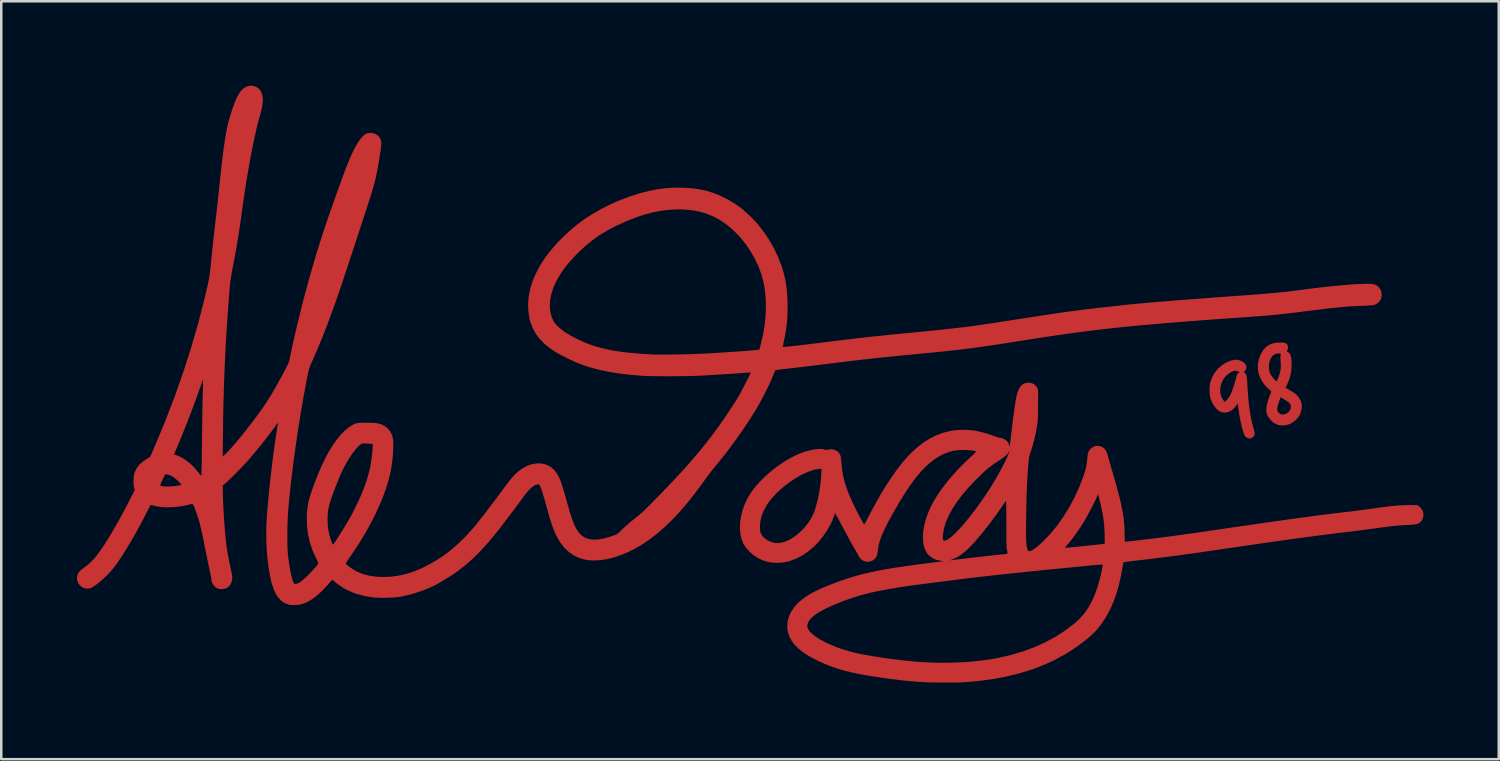
<source format=kicad_pcb>
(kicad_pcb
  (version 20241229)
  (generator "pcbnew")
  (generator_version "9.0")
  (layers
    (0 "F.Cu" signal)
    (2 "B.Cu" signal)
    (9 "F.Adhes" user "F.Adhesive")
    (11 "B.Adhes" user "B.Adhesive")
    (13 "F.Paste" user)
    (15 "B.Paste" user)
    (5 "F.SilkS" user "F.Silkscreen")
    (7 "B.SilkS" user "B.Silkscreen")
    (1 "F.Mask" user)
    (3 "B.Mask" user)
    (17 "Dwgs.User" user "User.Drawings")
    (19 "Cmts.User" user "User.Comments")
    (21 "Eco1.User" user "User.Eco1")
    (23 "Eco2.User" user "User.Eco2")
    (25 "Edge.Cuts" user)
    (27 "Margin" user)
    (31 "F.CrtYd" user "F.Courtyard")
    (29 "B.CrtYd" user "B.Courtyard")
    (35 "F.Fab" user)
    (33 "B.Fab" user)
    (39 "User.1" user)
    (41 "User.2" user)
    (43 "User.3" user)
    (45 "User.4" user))
  (footprint "Alectardy98 (3) Silk"
    (layer "F.Cu")
    (at 26.118 12.086)
    (property "Reference" "Alectardy98 (3) Silk" (at 11.938 -10.668 0) (layer "User.1") (effects (font (size 1.524 1.524) (thickness 0.3))))
    (attr board_only exclude_from_pos_files exclude_from_bom)
    (fp_poly (pts (xy 20.069 -0.817) (xy 20.171 -0.795) (xy 20.27 -0.753) (xy 20.347 -0.695) (xy 20.401 -0.627) (xy 20.429 -0.553) (xy 20.429 -0.479) (xy 20.399 -0.409) (xy 20.368 -0.374) (xy 20.321 -0.33) (xy 20.36 -0.302) (xy 20.394 -0.272) (xy 20.419 -0.233) (xy 20.437 -0.178) (xy 20.45 -0.101) (xy 20.458 0.003) (xy 20.462 0.059) (xy 20.481 0.386) (xy 20.503 0.681) (xy 20.529 0.946) (xy 20.56 1.186) (xy 20.595 1.405) (xy 20.635 1.605) (xy 20.68 1.791) (xy 20.708 1.888) (xy 20.737 1.988) (xy 20.754 2.061) (xy 20.76 2.114) (xy 20.756 2.156) (xy 20.742 2.192) (xy 20.733 2.208) (xy 20.676 2.274) (xy 20.604 2.309) (xy 20.525 2.311) (xy 20.443 2.28) (xy 20.432 2.272) (xy 20.402 2.249) (xy 20.378 2.221) (xy 20.356 2.182) (xy 20.333 2.124) (xy 20.305 2.04) (xy 20.301 2.029) (xy 20.246 1.835) (xy 20.194 1.613) (xy 20.149 1.371) (xy 20.117 1.153) (xy 20.086 0.922) (xy 20.017 1.018) (xy 19.923 1.127) (xy 19.816 1.208) (xy 19.703 1.261) (xy 19.586 1.284) (xy 19.471 1.275) (xy 19.39 1.246) (xy 19.298 1.185) (xy 19.208 1.094) (xy 19.125 0.982) (xy 19.055 0.855) (xy 19.002 0.721) (xy 18.991 0.68) (xy 18.97 0.562) (xy 18.962 0.425) (xy 18.963 0.361) (xy 19.389 0.361) (xy 19.394 0.503) (xy 19.425 0.632) (xy 19.43 0.645) (xy 19.46 0.707) (xy 19.496 0.766) (xy 19.532 0.815) (xy 19.562 0.844) (xy 19.573 0.848) (xy 19.599 0.836) (xy 19.634 0.806) (xy 19.641 0.798) (xy 19.714 0.708) (xy 19.781 0.596) (xy 19.845 0.458) (xy 19.907 0.292) (xy 19.968 0.095) (xy 20.029 -0.135) (xy 20.029 -0.135) (xy 20.049 -0.207) (xy 20.071 -0.252) (xy 20.099 -0.282) (xy 20.112 -0.291) (xy 20.165 -0.325) (xy 20.093 -0.358) (xy 20.005 -0.382) (xy 19.953 -0.38) (xy 19.88 -0.357) (xy 19.793 -0.312) (xy 19.704 -0.253) (xy 19.624 -0.185) (xy 19.606 -0.168) (xy 19.52 -0.057) (xy 19.454 0.073) (xy 19.41 0.215) (xy 19.389 0.361) (xy 18.963 0.361) (xy 18.965 0.281) (xy 18.98 0.146) (xy 18.993 0.086) (xy 19.056 -0.102) (xy 19.15 -0.278) (xy 19.271 -0.436) (xy 19.416 -0.573) (xy 19.579 -0.681) (xy 19.597 -0.691) (xy 19.737 -0.757) (xy 19.858 -0.8) (xy 19.966 -0.819)) (stroke (width 0) (type solid)) (fill yes) (layer "F.Cu"))
    (fp_poly (pts (xy 21.88 -1.503) (xy 21.952 -1.493) (xy 22.003 -1.474) (xy 22.04 -1.442) (xy 22.062 -1.411) (xy 22.088 -1.337) (xy 22.083 -1.256) (xy 22.053 -1.187) (xy 22.041 -1.161) (xy 22.049 -1.142) (xy 22.084 -1.12) (xy 22.093 -1.115) (xy 22.135 -1.086) (xy 22.166 -1.048) (xy 22.189 -0.994) (xy 22.207 -0.917) (xy 22.221 -0.812) (xy 22.224 -0.783) (xy 22.231 -0.534) (xy 22.203 -0.288) (xy 22.14 -0.048) (xy 22.045 0.179) (xy 21.99 0.287) (xy 22.076 0.341) (xy 22.139 0.379) (xy 22.214 0.425) (xy 22.272 0.46) (xy 22.403 0.555) (xy 22.507 0.668) (xy 22.584 0.795) (xy 22.628 0.932) (xy 22.634 0.97) (xy 22.635 1.062) (xy 22.619 1.17) (xy 22.591 1.28) (xy 22.552 1.378) (xy 22.549 1.383) (xy 22.492 1.47) (xy 22.41 1.559) (xy 22.314 1.642) (xy 22.214 1.708) (xy 22.176 1.728) (xy 22.055 1.77) (xy 21.925 1.792) (xy 21.796 1.793) (xy 21.682 1.77) (xy 21.657 1.761) (xy 21.516 1.686) (xy 21.397 1.581) (xy 21.3 1.447) (xy 21.277 1.406) (xy 21.247 1.341) (xy 21.23 1.286) (xy 21.223 1.224) (xy 21.223 1.161) (xy 21.223 1.16) (xy 21.655 1.16) (xy 21.663 1.209) (xy 21.705 1.282) (xy 21.768 1.333) (xy 21.846 1.358) (xy 21.931 1.357) (xy 22.015 1.326) (xy 22.035 1.314) (xy 22.111 1.254) (xy 22.159 1.192) (xy 22.19 1.119) (xy 22.202 1.049) (xy 22.194 0.987) (xy 22.163 0.93) (xy 22.107 0.872) (xy 22.021 0.81) (xy 21.937 0.759) (xy 21.792 0.674) (xy 21.744 0.8) (xy 21.693 0.948) (xy 21.663 1.068) (xy 21.655 1.16) (xy 21.223 1.16) (xy 21.235 1.031) (xy 21.268 0.878) (xy 21.321 0.707) (xy 21.372 0.572) (xy 21.423 0.445) (xy 21.307 0.338) (xy 21.163 0.188) (xy 21.046 0.023) (xy 20.958 -0.15) (xy 20.912 -0.291) (xy 20.886 -0.467) (xy 20.889 -0.59) (xy 21.323 -0.59) (xy 21.327 -0.454) (xy 21.356 -0.325) (xy 21.381 -0.261) (xy 21.411 -0.211) (xy 21.452 -0.151) (xy 21.5 -0.089) (xy 21.548 -0.033) (xy 21.59 0.011) (xy 21.619 0.034) (xy 21.626 0.036) (xy 21.64 0.021) (xy 21.662 -0.021) (xy 21.689 -0.08) (xy 21.697 -0.099) (xy 21.76 -0.278) (xy 21.795 -0.448) (xy 21.802 -0.62) (xy 21.798 -0.689) (xy 21.789 -0.803) (xy 21.784 -0.887) (xy 21.783 -0.948) (xy 21.786 -0.991) (xy 21.794 -1.024) (xy 21.796 -1.03) (xy 21.802 -1.054) (xy 21.793 -1.066) (xy 21.761 -1.07) (xy 21.718 -1.07) (xy 21.611 -1.059) (xy 21.525 -1.021) (xy 21.451 -0.954) (xy 21.447 -0.95) (xy 21.384 -0.848) (xy 21.342 -0.724) (xy 21.323 -0.59) (xy 20.889 -0.59) (xy 20.89 -0.649) (xy 20.924 -0.831) (xy 20.984 -1.004) (xy 21.07 -1.16) (xy 21.106 -1.21) (xy 21.205 -1.319) (xy 21.311 -1.401) (xy 21.43 -1.458) (xy 21.568 -1.491) (xy 21.73 -1.505) (xy 21.78 -1.506)) (stroke (width 0) (type solid)) (fill yes) (layer "F.Cu"))
    (fp_poly (pts (xy 11.874 0.106) (xy 11.976 0.15) (xy 12.059 0.226) (xy 12.107 0.299) (xy 12.117 0.321) (xy 12.126 0.344) (xy 12.132 0.372) (xy 12.137 0.41) (xy 12.14 0.461) (xy 12.141 0.531) (xy 12.142 0.623) (xy 12.142 0.741) (xy 12.141 0.891) (xy 12.141 0.943) (xy 12.139 1.089) (xy 12.138 1.228) (xy 12.135 1.354) (xy 12.133 1.461) (xy 12.13 1.546) (xy 12.128 1.602) (xy 12.127 1.615) (xy 12.097 1.835) (xy 12.053 2.075) (xy 11.997 2.325) (xy 11.931 2.572) (xy 11.859 2.805) (xy 11.849 2.834) (xy 11.823 2.91) (xy 11.803 2.974) (xy 11.788 3.035) (xy 11.777 3.098) (xy 11.767 3.174) (xy 11.759 3.269) (xy 11.749 3.392) (xy 11.748 3.406) (xy 11.732 3.625) (xy 11.719 3.832) (xy 11.707 4.034) (xy 11.697 4.237) (xy 11.689 4.448) (xy 11.682 4.672) (xy 11.676 4.917) (xy 11.67 5.189) (xy 11.668 5.343) (xy 11.664 5.603) (xy 11.662 5.83) (xy 11.661 6.025) (xy 11.663 6.192) (xy 11.666 6.332) (xy 11.672 6.449) (xy 11.68 6.545) (xy 11.69 6.622) (xy 11.703 6.682) (xy 11.719 6.729) (xy 11.738 6.765) (xy 11.744 6.775) (xy 11.781 6.797) (xy 11.839 6.789) (xy 11.918 6.752) (xy 12.017 6.687) (xy 12.048 6.662) (xy 13.208 6.662) (xy 13.225 6.662) (xy 13.274 6.659) (xy 13.35 6.653) (xy 13.449 6.644) (xy 13.566 6.633) (xy 13.697 6.62) (xy 13.837 6.606) (xy 13.982 6.591) (xy 14.128 6.576) (xy 14.269 6.561) (xy 14.403 6.547) (xy 14.523 6.534) (xy 14.626 6.523) (xy 14.707 6.513) (xy 14.761 6.506) (xy 14.785 6.502) (xy 14.786 6.501) (xy 14.791 6.478) (xy 14.793 6.425) (xy 14.794 6.348) (xy 14.793 6.252) (xy 14.79 6.144) (xy 14.786 6.03) (xy 14.78 5.916) (xy 14.774 5.808) (xy 14.767 5.711) (xy 14.759 5.633) (xy 14.758 5.624) (xy 14.739 5.49) (xy 14.712 5.332) (xy 14.679 5.16) (xy 14.642 4.986) (xy 14.603 4.821) (xy 14.567 4.681) (xy 14.525 4.527) (xy 14.489 4.617) (xy 14.454 4.697) (xy 14.405 4.802) (xy 14.344 4.924) (xy 14.275 5.059) (xy 14.202 5.199) (xy 14.127 5.339) (xy 14.055 5.47) (xy 13.988 5.587) (xy 13.93 5.684) (xy 13.924 5.694) (xy 13.833 5.835) (xy 13.731 5.985) (xy 13.623 6.137) (xy 13.514 6.284) (xy 13.412 6.416) (xy 13.321 6.526) (xy 13.306 6.543) (xy 13.261 6.596) (xy 13.227 6.637) (xy 13.209 6.66) (xy 13.208 6.662) (xy 12.048 6.662) (xy 12.136 6.592) (xy 12.275 6.469) (xy 12.334 6.413) (xy 12.62 6.117) (xy 12.891 5.79) (xy 13.145 5.434) (xy 13.38 5.053) (xy 13.595 4.648) (xy 13.788 4.222) (xy 13.938 3.837) (xy 13.996 3.662) (xy 14.04 3.503) (xy 14.071 3.347) (xy 14.093 3.18) (xy 14.098 3.122) (xy 14.11 3.007) (xy 14.124 2.921) (xy 14.143 2.855) (xy 14.17 2.801) (xy 14.208 2.751) (xy 14.24 2.716) (xy 14.329 2.647) (xy 14.432 2.61) (xy 14.542 2.605) (xy 14.654 2.634) (xy 14.71 2.661) (xy 14.79 2.723) (xy 14.851 2.81) (xy 14.896 2.925) (xy 14.904 2.956) (xy 14.917 3.001) (xy 14.938 3.076) (xy 14.966 3.176) (xy 15 3.295) (xy 15.039 3.429) (xy 15.081 3.573) (xy 15.112 3.681) (xy 15.203 3.996) (xy 15.282 4.28) (xy 15.35 4.537) (xy 15.408 4.771) (xy 15.456 4.985) (xy 15.496 5.182) (xy 15.527 5.367) (xy 15.551 5.542) (xy 15.568 5.711) (xy 15.579 5.879) (xy 15.584 6.047) (xy 15.585 6.15) (xy 15.585 6.259) (xy 15.588 6.336) (xy 15.592 6.386) (xy 15.598 6.413) (xy 15.608 6.422) (xy 15.609 6.423) (xy 15.636 6.42) (xy 15.694 6.414) (xy 15.781 6.405) (xy 15.891 6.392) (xy 16.021 6.377) (xy 16.167 6.359) (xy 16.325 6.34) (xy 16.49 6.321) (xy 16.659 6.3) (xy 16.827 6.279) (xy 16.991 6.259) (xy 17.146 6.24) (xy 17.289 6.222) (xy 17.415 6.206) (xy 17.499 6.195) (xy 17.598 6.182) (xy 17.729 6.163) (xy 17.887 6.141) (xy 18.069 6.115) (xy 18.271 6.087) (xy 18.487 6.056) (xy 18.715 6.023) (xy 18.949 5.989) (xy 19.187 5.954) (xy 19.395 5.924) (xy 19.935 5.844) (xy 20.442 5.771) (xy 20.917 5.702) (xy 21.362 5.638) (xy 21.778 5.58) (xy 22.168 5.525) (xy 22.534 5.475) (xy 22.876 5.429) (xy 23.199 5.386) (xy 23.502 5.347) (xy 23.789 5.311) (xy 24.061 5.278) (xy 24.319 5.247) (xy 24.429 5.234) (xy 24.562 5.219) (xy 24.72 5.199) (xy 24.894 5.177) (xy 25.075 5.153) (xy 25.253 5.129) (xy 25.409 5.107) (xy 25.643 5.074) (xy 25.847 5.047) (xy 26.024 5.024) (xy 26.179 5.006) (xy 26.316 4.991) (xy 26.442 4.981) (xy 26.56 4.973) (xy 26.674 4.968) (xy 26.791 4.965) (xy 26.87 4.965) (xy 27.223 4.962) (xy 27.308 5.021) (xy 27.389 5.097) (xy 27.444 5.192) (xy 27.472 5.297) (xy 27.472 5.405) (xy 27.445 5.51) (xy 27.388 5.603) (xy 27.356 5.637) (xy 27.315 5.671) (xy 27.269 5.696) (xy 27.211 5.716) (xy 27.136 5.731) (xy 27.039 5.741) (xy 26.914 5.75) (xy 26.851 5.753) (xy 26.727 5.759) (xy 26.613 5.766) (xy 26.504 5.774) (xy 26.395 5.783) (xy 26.28 5.795) (xy 26.154 5.809) (xy 26.012 5.827) (xy 25.849 5.849) (xy 25.659 5.875) (xy 25.5 5.897) (xy 25.323 5.921) (xy 25.132 5.946) (xy 24.936 5.972) (xy 24.744 5.996) (xy 24.567 6.019) (xy 24.414 6.037) (xy 24.375 6.041) (xy 24.175 6.065) (xy 23.97 6.089) (xy 23.756 6.116) (xy 23.533 6.144) (xy 23.299 6.174) (xy 23.051 6.206) (xy 22.788 6.242) (xy 22.508 6.28) (xy 22.209 6.321) (xy 21.89 6.366) (xy 21.548 6.414) (xy 21.182 6.466) (xy 20.789 6.523) (xy 20.369 6.584) (xy 19.919 6.649) (xy 19.437 6.719) (xy 18.922 6.795) (xy 18.751 6.82) (xy 18.222 6.896) (xy 17.708 6.967) (xy 17.193 7.034) (xy 16.665 7.099) (xy 16.329 7.139) (xy 16.17 7.157) (xy 16.022 7.175) (xy 15.887 7.191) (xy 15.772 7.205) (xy 15.679 7.216) (xy 15.612 7.225) (xy 15.577 7.23) (xy 15.573 7.231) (xy 15.545 7.246) (xy 15.528 7.282) (xy 15.522 7.316) (xy 15.448 7.738) (xy 15.36 8.128) (xy 15.257 8.488) (xy 15.138 8.82) (xy 15.002 9.126) (xy 14.849 9.409) (xy 14.678 9.669) (xy 14.567 9.815) (xy 14.471 9.93) (xy 14.372 10.036) (xy 14.265 10.139) (xy 14.141 10.248) (xy 14.023 10.344) (xy 13.642 10.629) (xy 13.24 10.886) (xy 12.817 11.118) (xy 12.372 11.323) (xy 11.904 11.502) (xy 11.413 11.655) (xy 10.897 11.782) (xy 10.357 11.884) (xy 9.792 11.961) (xy 9.253 12.01) (xy 9.147 12.016) (xy 9.011 12.02) (xy 8.851 12.023) (xy 8.675 12.025) (xy 8.487 12.025) (xy 8.296 12.025) (xy 8.107 12.023) (xy 7.927 12.02) (xy 7.762 12.015) (xy 7.618 12.01) (xy 7.593 12.008) (xy 7.278 11.989) (xy 6.951 11.961) (xy 6.608 11.924) (xy 6.243 11.879) (xy 5.852 11.824) (xy 5.431 11.758) (xy 5.416 11.756) (xy 5.062 11.694) (xy 4.739 11.627) (xy 4.44 11.554) (xy 4.16 11.472) (xy 3.893 11.38) (xy 3.633 11.275) (xy 3.374 11.158) (xy 3.284 11.113) (xy 3.021 10.971) (xy 2.794 10.824) (xy 2.602 10.67) (xy 2.445 10.512) (xy 2.323 10.346) (xy 2.234 10.174) (xy 2.18 9.995) (xy 2.159 9.808) (xy 2.159 9.784) (xy 2.16 9.771) (xy 2.957 9.771) (xy 2.966 9.84) (xy 2.994 9.908) (xy 3.046 9.98) (xy 3.125 10.062) (xy 3.145 10.081) (xy 3.286 10.195) (xy 3.46 10.308) (xy 3.661 10.418) (xy 3.887 10.523) (xy 4.133 10.622) (xy 4.395 10.712) (xy 4.669 10.794) (xy 4.952 10.864) (xy 5.189 10.912) (xy 5.741 11.006) (xy 6.279 11.085) (xy 6.8 11.148) (xy 7.299 11.195) (xy 7.772 11.224) (xy 7.892 11.229) (xy 8.033 11.234) (xy 8.162 11.237) (xy 8.284 11.238) (xy 8.408 11.238) (xy 8.54 11.236) (xy 8.688 11.233) (xy 8.858 11.227) (xy 9.044 11.221) (xy 9.296 11.207) (xy 9.566 11.184) (xy 9.844 11.154) (xy 10.118 11.118) (xy 10.377 11.077) (xy 10.586 11.038) (xy 11.081 10.921) (xy 11.549 10.782) (xy 11.991 10.619) (xy 12.408 10.433) (xy 12.802 10.222) (xy 13.175 9.985) (xy 13.527 9.723) (xy 13.609 9.656) (xy 13.804 9.476) (xy 13.979 9.275) (xy 14.135 9.052) (xy 14.274 8.804) (xy 14.397 8.529) (xy 14.506 8.225) (xy 14.601 7.888) (xy 14.602 7.883) (xy 14.629 7.774) (xy 14.654 7.664) (xy 14.675 7.561) (xy 14.693 7.47) (xy 14.705 7.397) (xy 14.711 7.349) (xy 14.711 7.332) (xy 14.692 7.331) (xy 14.641 7.333) (xy 14.563 7.338) (xy 14.462 7.346) (xy 14.342 7.356) (xy 14.208 7.368) (xy 14.124 7.377) (xy 13.959 7.393) (xy 13.767 7.412) (xy 13.559 7.433) (xy 13.345 7.454) (xy 13.135 7.474) (xy 12.939 7.493) (xy 12.863 7.501) (xy 12.429 7.543) (xy 12 7.586) (xy 11.577 7.63) (xy 11.165 7.673) (xy 10.766 7.715) (xy 10.384 7.757) (xy 10.022 7.797) (xy 9.683 7.836) (xy 9.37 7.873) (xy 9.086 7.908) (xy 8.834 7.94) (xy 8.781 7.947) (xy 8.696 7.959) (xy 8.581 7.973) (xy 8.445 7.991) (xy 8.294 8.01) (xy 8.136 8.03) (xy 7.977 8.05) (xy 7.928 8.056) (xy 7.523 8.107) (xy 7.15 8.157) (xy 6.808 8.206) (xy 6.494 8.255) (xy 6.203 8.303) (xy 5.935 8.353) (xy 5.685 8.404) (xy 5.45 8.456) (xy 5.229 8.512) (xy 5.017 8.571) (xy 4.812 8.634) (xy 4.611 8.701) (xy 4.411 8.773) (xy 4.268 8.828) (xy 3.986 8.944) (xy 3.739 9.056) (xy 3.527 9.166) (xy 3.349 9.272) (xy 3.205 9.376) (xy 3.094 9.478) (xy 3.017 9.579) (xy 2.971 9.678) (xy 2.957 9.771) (xy 2.16 9.771) (xy 2.177 9.581) (xy 2.23 9.386) (xy 2.318 9.199) (xy 2.44 9.02) (xy 2.597 8.849) (xy 2.788 8.688) (xy 3.013 8.536) (xy 3.271 8.393) (xy 3.329 8.365) (xy 3.585 8.248) (xy 3.87 8.131) (xy 4.177 8.015) (xy 4.48 7.91) (xy 4.667 7.85) (xy 4.856 7.793) (xy 5.049 7.739) (xy 5.249 7.689) (xy 5.458 7.64) (xy 5.679 7.593) (xy 5.915 7.547) (xy 6.169 7.502) (xy 6.443 7.457) (xy 6.74 7.412) (xy 7.062 7.366) (xy 7.414 7.318) (xy 7.796 7.268) (xy 8.128 7.227) (xy 8.391 7.195) (xy 8.27 7.181) (xy 8.178 7.161) (xy 8.631 7.161) (xy 8.641 7.163) (xy 8.679 7.158) (xy 8.681 7.158) (xy 8.724 7.153) (xy 8.795 7.144) (xy 8.886 7.132) (xy 8.988 7.119) (xy 9.044 7.112) (xy 9.145 7.1) (xy 9.269 7.085) (xy 9.413 7.069) (xy 9.57 7.05) (xy 9.737 7.031) (xy 9.906 7.012) (xy 10.075 6.993) (xy 10.237 6.975) (xy 10.387 6.959) (xy 10.52 6.944) (xy 10.632 6.933) (xy 10.717 6.924) (xy 10.761 6.92) (xy 10.83 6.913) (xy 10.885 6.905) (xy 10.917 6.897) (xy 10.919 6.896) (xy 10.926 6.871) (xy 10.918 6.814) (xy 10.907 6.767) (xy 10.9 6.737) (xy 10.894 6.701) (xy 10.89 6.658) (xy 10.886 6.602) (xy 10.883 6.532) (xy 10.88 6.444) (xy 10.879 6.335) (xy 10.878 6.201) (xy 10.877 6.04) (xy 10.877 5.847) (xy 10.877 5.711) (xy 10.876 5.531) (xy 10.876 5.363) (xy 10.875 5.21) (xy 10.874 5.075) (xy 10.872 4.962) (xy 10.87 4.874) (xy 10.868 4.815) (xy 10.866 4.788) (xy 10.865 4.786) (xy 10.852 4.805) (xy 10.822 4.848) (xy 10.778 4.912) (xy 10.725 4.99) (xy 10.677 5.062) (xy 10.451 5.384) (xy 10.196 5.724) (xy 9.915 6.078) (xy 9.88 6.121) (xy 9.709 6.326) (xy 9.553 6.502) (xy 9.409 6.652) (xy 9.275 6.779) (xy 9.147 6.885) (xy 9.022 6.973) (xy 8.897 7.046) (xy 8.77 7.106) (xy 8.704 7.132) (xy 8.652 7.152) (xy 8.631 7.161) (xy 8.178 7.161) (xy 8.101 7.145) (xy 7.951 7.081) (xy 7.822 6.989) (xy 7.718 6.872) (xy 7.64 6.732) (xy 7.61 6.649) (xy 7.582 6.526) (xy 7.564 6.38) (xy 7.558 6.225) (xy 7.559 6.207) (xy 8.349 6.207) (xy 8.35 6.297) (xy 8.364 6.355) (xy 8.39 6.383) (xy 8.405 6.385) (xy 8.446 6.377) (xy 8.499 6.355) (xy 8.521 6.345) (xy 8.615 6.285) (xy 8.725 6.196) (xy 8.848 6.08) (xy 8.983 5.941) (xy 9.128 5.781) (xy 9.281 5.601) (xy 9.439 5.406) (xy 9.6 5.197) (xy 9.763 4.977) (xy 9.926 4.748) (xy 10.085 4.514) (xy 10.24 4.276) (xy 10.346 4.106) (xy 10.425 3.974) (xy 10.506 3.833) (xy 10.587 3.687) (xy 10.667 3.541) (xy 10.742 3.398) (xy 10.811 3.262) (xy 10.872 3.138) (xy 10.923 3.029) (xy 10.961 2.939) (xy 10.986 2.872) (xy 10.994 2.834) (xy 10.988 2.827) (xy 10.973 2.849) (xy 10.969 2.858) (xy 10.947 2.899) (xy 10.914 2.941) (xy 10.867 2.987) (xy 10.801 3.04) (xy 10.714 3.103) (xy 10.602 3.18) (xy 10.513 3.239) (xy 10.382 3.326) (xy 10.271 3.405) (xy 10.17 3.484) (xy 10.068 3.571) (xy 9.954 3.675) (xy 9.927 3.7) (xy 9.623 3.998) (xy 9.349 4.289) (xy 9.108 4.575) (xy 8.9 4.854) (xy 8.724 5.125) (xy 8.581 5.388) (xy 8.472 5.642) (xy 8.397 5.887) (xy 8.361 6.083) (xy 8.349 6.207) (xy 7.559 6.207) (xy 7.563 6.075) (xy 7.566 6.046) (xy 7.611 5.762) (xy 7.689 5.476) (xy 7.799 5.186) (xy 7.942 4.891) (xy 8.119 4.591) (xy 8.33 4.285) (xy 8.576 3.971) (xy 8.66 3.871) (xy 8.802 3.71) (xy 8.96 3.539) (xy 9.126 3.368) (xy 9.291 3.205) (xy 9.445 3.059) (xy 9.487 3.022) (xy 9.556 2.958) (xy 9.613 2.902) (xy 9.654 2.859) (xy 9.674 2.833) (xy 9.675 2.828) (xy 9.642 2.813) (xy 9.58 2.799) (xy 9.493 2.788) (xy 9.389 2.779) (xy 9.273 2.773) (xy 9.152 2.771) (xy 9.144 2.771) (xy 8.952 2.778) (xy 8.782 2.8) (xy 8.622 2.84) (xy 8.46 2.899) (xy 8.315 2.966) (xy 8.145 3.059) (xy 7.978 3.17) (xy 7.813 3.301) (xy 7.649 3.452) (xy 7.483 3.626) (xy 7.316 3.824) (xy 7.145 4.047) (xy 6.969 4.298) (xy 6.787 4.578) (xy 6.597 4.889) (xy 6.399 5.231) (xy 6.286 5.434) (xy 6.16 5.667) (xy 6.054 5.875) (xy 5.967 6.06) (xy 5.897 6.228) (xy 5.844 6.38) (xy 5.804 6.521) (xy 5.778 6.654) (xy 5.769 6.726) (xy 5.755 6.838) (xy 5.74 6.922) (xy 5.721 6.985) (xy 5.695 7.036) (xy 5.661 7.082) (xy 5.654 7.089) (xy 5.568 7.162) (xy 5.466 7.206) (xy 5.358 7.22) (xy 5.249 7.205) (xy 5.148 7.159) (xy 5.092 7.116) (xy 5.055 7.071) (xy 5.014 7.01) (xy 4.991 6.967) (xy 4.952 6.893) (xy 4.905 6.813) (xy 4.877 6.767) (xy 4.85 6.722) (xy 4.808 6.649) (xy 4.754 6.553) (xy 4.69 6.438) (xy 4.62 6.31) (xy 4.545 6.172) (xy 4.467 6.03) (xy 4.39 5.887) (xy 4.316 5.749) (xy 4.248 5.619) (xy 4.199 5.527) (xy 4.154 5.443) (xy 4.115 5.372) (xy 4.084 5.321) (xy 4.064 5.294) (xy 4.059 5.291) (xy 4.05 5.316) (xy 4.033 5.364) (xy 4.019 5.407) (xy 3.946 5.598) (xy 3.845 5.801) (xy 3.723 6.006) (xy 3.584 6.206) (xy 3.434 6.395) (xy 3.275 6.565) (xy 3.205 6.631) (xy 2.973 6.823) (xy 2.736 6.98) (xy 2.495 7.103) (xy 2.252 7.192) (xy 2.008 7.246) (xy 1.763 7.264) (xy 1.519 7.247) (xy 1.338 7.211) (xy 1.153 7.148) (xy 0.973 7.057) (xy 0.804 6.942) (xy 0.651 6.809) (xy 0.52 6.662) (xy 0.419 6.507) (xy 0.398 6.466) (xy 0.331 6.285) (xy 0.29 6.084) (xy 0.275 5.869) (xy 0.278 5.804) (xy 1.074 5.804) (xy 1.075 5.92) (xy 1.086 6.016) (xy 1.096 6.055) (xy 1.151 6.165) (xy 1.237 6.264) (xy 1.349 6.349) (xy 1.482 6.416) (xy 1.58 6.448) (xy 1.668 6.468) (xy 1.75 6.475) (xy 1.841 6.469) (xy 1.921 6.458) (xy 2.085 6.415) (xy 2.254 6.34) (xy 2.422 6.238) (xy 2.588 6.112) (xy 2.746 5.966) (xy 2.892 5.803) (xy 3.023 5.629) (xy 3.135 5.445) (xy 3.224 5.257) (xy 3.262 5.153) (xy 3.355 4.819) (xy 3.43 4.466) (xy 3.483 4.106) (xy 3.513 3.757) (xy 3.525 3.514) (xy 3.409 3.525) (xy 3.25 3.553) (xy 3.073 3.607) (xy 2.881 3.685) (xy 2.681 3.785) (xy 2.475 3.905) (xy 2.268 4.042) (xy 2.064 4.195) (xy 1.968 4.273) (xy 1.732 4.489) (xy 1.531 4.707) (xy 1.366 4.929) (xy 1.237 5.153) (xy 1.144 5.381) (xy 1.125 5.443) (xy 1.099 5.556) (xy 1.082 5.68) (xy 1.074 5.804) (xy 0.278 5.804) (xy 0.286 5.642) (xy 0.321 5.41) (xy 0.379 5.175) (xy 0.461 4.943) (xy 0.565 4.717) (xy 0.691 4.502) (xy 0.743 4.427) (xy 0.919 4.201) (xy 1.118 3.981) (xy 1.336 3.77) (xy 1.57 3.571) (xy 1.815 3.386) (xy 2.066 3.219) (xy 2.321 3.072) (xy 2.573 2.948) (xy 2.821 2.851) (xy 3.058 2.782) (xy 3.13 2.767) (xy 3.28 2.742) (xy 3.403 2.729) (xy 3.504 2.729) (xy 3.589 2.74) (xy 3.62 2.748) (xy 3.691 2.765) (xy 3.742 2.767) (xy 3.778 2.759) (xy 3.886 2.739) (xy 3.998 2.75) (xy 4.103 2.79) (xy 4.179 2.845) (xy 4.231 2.903) (xy 4.267 2.967) (xy 4.29 3.047) (xy 4.304 3.151) (xy 4.308 3.203) (xy 4.328 3.44) (xy 4.358 3.661) (xy 4.399 3.874) (xy 4.454 4.085) (xy 4.525 4.302) (xy 4.613 4.53) (xy 4.72 4.777) (xy 4.78 4.908) (xy 4.819 4.987) (xy 4.868 5.086) (xy 4.924 5.196) (xy 4.984 5.312) (xy 5.044 5.425) (xy 5.1 5.531) (xy 5.149 5.62) (xy 5.187 5.688) (xy 5.2 5.71) (xy 5.21 5.722) (xy 5.221 5.724) (xy 5.235 5.713) (xy 5.255 5.684) (xy 5.284 5.633) (xy 5.324 5.557) (xy 5.376 5.456) (xy 5.609 5.014) (xy 5.84 4.604) (xy 6.068 4.225) (xy 6.293 3.879) (xy 6.514 3.565) (xy 6.73 3.286) (xy 6.942 3.041) (xy 7.075 2.903) (xy 7.323 2.674) (xy 7.573 2.479) (xy 7.827 2.318) (xy 8.089 2.187) (xy 8.362 2.086) (xy 8.65 2.012) (xy 8.663 2.01) (xy 8.818 1.986) (xy 8.997 1.973) (xy 9.185 1.968) (xy 9.373 1.974) (xy 9.546 1.989) (xy 9.643 2.003) (xy 9.768 2.029) (xy 9.912 2.065) (xy 10.063 2.107) (xy 10.211 2.152) (xy 10.343 2.197) (xy 10.43 2.23) (xy 10.5 2.257) (xy 10.563 2.277) (xy 10.607 2.286) (xy 10.612 2.286) (xy 10.714 2.303) (xy 10.812 2.348) (xy 10.897 2.415) (xy 10.959 2.499) (xy 10.984 2.556) (xy 11.008 2.64) (xy 11.019 2.576) (xy 11.024 2.542) (xy 11.032 2.476) (xy 11.043 2.386) (xy 11.056 2.276) (xy 11.07 2.152) (xy 11.085 2.023) (xy 11.113 1.787) (xy 11.141 1.56) (xy 11.169 1.347) (xy 11.196 1.151) (xy 11.222 0.976) (xy 11.246 0.825) (xy 11.268 0.704) (xy 11.286 0.617) (xy 11.334 0.45) (xy 11.392 0.318) (xy 11.461 0.217) (xy 11.543 0.147) (xy 11.639 0.105) (xy 11.751 0.091) (xy 11.753 0.091)) (stroke (width 0) (type solid)) (fill yes) (layer "F.Cu"))
    (fp_poly (pts (xy -19.067 -11.712) (xy -18.964 -11.674) (xy -18.876 -11.616) (xy -18.826 -11.561) (xy -18.77 -11.463) (xy -18.731 -11.356) (xy -18.712 -11.237) (xy -18.71 -11.102) (xy -18.728 -10.948) (xy -18.763 -10.77) (xy -18.817 -10.565) (xy -18.825 -10.54) (xy -18.882 -10.334) (xy -18.942 -10.095) (xy -19.004 -9.827) (xy -19.067 -9.534) (xy -19.131 -9.219) (xy -19.195 -8.886) (xy -19.259 -8.538) (xy -19.321 -8.179) (xy -19.381 -7.813) (xy -19.438 -7.443) (xy -19.492 -7.073) (xy -19.522 -6.858) (xy -19.563 -6.559) (xy -19.601 -6.289) (xy -19.638 -6.04) (xy -19.674 -5.806) (xy -19.71 -5.577) (xy -19.749 -5.348) (xy -19.791 -5.111) (xy -19.837 -4.858) (xy -19.889 -4.582) (xy -19.911 -4.463) (xy -19.937 -4.329) (xy -19.958 -4.214) (xy -19.975 -4.111) (xy -19.99 -4.015) (xy -20.003 -3.919) (xy -20.015 -3.817) (xy -20.026 -3.704) (xy -20.037 -3.573) (xy -20.05 -3.419) (xy -20.064 -3.235) (xy -20.065 -3.22) (xy -20.117 -2.499) (xy -20.162 -1.805) (xy -20.199 -1.13) (xy -20.231 -0.468) (xy -20.256 0.189) (xy -20.275 0.851) (xy -20.289 1.524) (xy -20.295 2.014) (xy -20.306 3.039) (xy -20.212 2.948) (xy -20.103 2.838) (xy -19.977 2.702) (xy -19.838 2.543) (xy -19.688 2.367) (xy -19.531 2.176) (xy -19.371 1.974) (xy -19.209 1.767) (xy -19.05 1.557) (xy -18.896 1.35) (xy -18.751 1.148) (xy -18.619 0.956) (xy -18.519 0.807) (xy -18.456 0.708) (xy -18.385 0.591) (xy -18.309 0.461) (xy -18.228 0.321) (xy -18.145 0.175) (xy -18.063 0.027) (xy -17.982 -0.12) (xy -17.906 -0.262) (xy -17.837 -0.394) (xy -17.775 -0.514) (xy -17.724 -0.617) (xy -17.685 -0.701) (xy -17.661 -0.76) (xy -17.653 -0.79) (xy -17.649 -0.817) (xy -17.638 -0.875) (xy -17.621 -0.96) (xy -17.598 -1.068) (xy -17.571 -1.193) (xy -17.541 -1.331) (xy -17.508 -1.479) (xy -17.474 -1.631) (xy -17.44 -1.784) (xy -17.405 -1.933) (xy -17.378 -2.05) (xy -17.124 -3.087) (xy -16.854 -4.093) (xy -16.568 -5.07) (xy -16.265 -6.021) (xy -15.995 -6.808) (xy -15.886 -7.113) (xy -15.789 -7.386) (xy -15.702 -7.63) (xy -15.623 -7.846) (xy -15.553 -8.038) (xy -15.491 -8.208) (xy -15.434 -8.359) (xy -15.383 -8.492) (xy -15.337 -8.61) (xy -15.294 -8.716) (xy -15.254 -8.812) (xy -15.215 -8.901) (xy -15.178 -8.984) (xy -15.14 -9.065) (xy -15.129 -9.087) (xy -15.023 -9.297) (xy -14.918 -9.473) (xy -14.817 -9.616) (xy -14.72 -9.725) (xy -14.626 -9.799) (xy -14.544 -9.835) (xy -14.43 -9.85) (xy -14.315 -9.835) (xy -14.208 -9.794) (xy -14.118 -9.73) (xy -14.069 -9.672) (xy -14.037 -9.619) (xy -14.015 -9.565) (xy -14.001 -9.505) (xy -13.996 -9.434) (xy -13.999 -9.346) (xy -14.011 -9.236) (xy -14.03 -9.098) (xy -14.04 -9.034) (xy -14.067 -8.861) (xy -14.092 -8.706) (xy -14.116 -8.564) (xy -14.139 -8.433) (xy -14.163 -8.309) (xy -14.187 -8.19) (xy -14.213 -8.072) (xy -14.243 -7.951) (xy -14.275 -7.826) (xy -14.313 -7.693) (xy -14.355 -7.548) (xy -14.404 -7.389) (xy -14.459 -7.212) (xy -14.522 -7.015) (xy -14.594 -6.793) (xy -14.675 -6.545) (xy -14.766 -6.267) (xy -14.807 -6.141) (xy -14.88 -5.92) (xy -14.957 -5.685) (xy -15.036 -5.445) (xy -15.115 -5.204) (xy -15.193 -4.969) (xy -15.266 -4.746) (xy -15.333 -4.541) (xy -15.392 -4.361) (xy -15.421 -4.273) (xy -15.614 -3.696) (xy -15.801 -3.154) (xy -15.985 -2.644) (xy -16.164 -2.164) (xy -16.34 -1.714) (xy -16.514 -1.291) (xy -16.686 -0.894) (xy -16.766 -0.717) (xy -16.798 -0.647) (xy -16.824 -0.587) (xy -16.845 -0.531) (xy -16.864 -0.473) (xy -16.882 -0.409) (xy -16.9 -0.331) (xy -16.921 -0.234) (xy -16.945 -0.113) (xy -16.974 0.036) (xy -17.09 0.655) (xy -17.2 1.298) (xy -17.305 1.955) (xy -17.403 2.618) (xy -17.493 3.28) (xy -17.573 3.931) (xy -17.643 4.563) (xy -17.693 5.08) (xy -17.705 5.248) (xy -17.716 5.436) (xy -17.724 5.638) (xy -17.73 5.847) (xy -17.734 6.057) (xy -17.734 6.263) (xy -17.733 6.458) (xy -17.728 6.636) (xy -17.721 6.79) (xy -17.712 6.916) (xy -17.71 6.931) (xy -17.685 7.134) (xy -17.657 7.329) (xy -17.627 7.511) (xy -17.595 7.676) (xy -17.563 7.818) (xy -17.531 7.935) (xy -17.5 8.02) (xy -17.496 8.03) (xy -17.466 8.078) (xy -17.43 8.102) (xy -17.382 8.101) (xy -17.316 8.076) (xy -17.269 8.052) (xy -17.194 8.004) (xy -17.102 7.931) (xy -16.997 7.837) (xy -16.885 7.729) (xy -16.77 7.609) (xy -16.657 7.483) (xy -16.55 7.355) (xy -16.513 7.308) (xy -16.505 7.291) (xy -16.505 7.268) (xy -16.516 7.232) (xy -16.54 7.177) (xy -16.579 7.099) (xy -16.597 7.063) (xy -16.737 6.751) (xy -16.843 6.434) (xy -16.915 6.108) (xy -16.953 5.771) (xy -16.957 5.506) (xy -16.132 5.506) (xy -16.129 5.667) (xy -16.12 5.806) (xy -16.103 5.938) (xy -16.075 6.078) (xy -16.054 6.169) (xy -16.029 6.259) (xy -16.002 6.347) (xy -15.975 6.424) (xy -15.949 6.486) (xy -15.928 6.526) (xy -15.913 6.538) (xy -15.911 6.537) (xy -15.897 6.517) (xy -15.866 6.473) (xy -15.824 6.41) (xy -15.774 6.335) (xy -15.754 6.305) (xy -15.691 6.208) (xy -15.615 6.088) (xy -15.531 5.952) (xy -15.444 5.809) (xy -15.359 5.667) (xy -15.28 5.533) (xy -15.218 5.425) (xy -15.173 5.342) (xy -15.117 5.235) (xy -15.054 5.11) (xy -14.989 4.975) (xy -14.923 4.839) (xy -14.863 4.71) (xy -14.81 4.594) (xy -14.781 4.527) (xy -14.645 4.181) (xy -14.534 3.844) (xy -14.451 3.521) (xy -14.397 3.229) (xy -14.384 3.126) (xy -14.37 3.012) (xy -14.357 2.895) (xy -14.347 2.784) (xy -14.338 2.687) (xy -14.334 2.613) (xy -14.333 2.584) (xy -14.333 2.527) (xy -14.545 2.516) (xy -14.644 2.511) (xy -14.715 2.512) (xy -14.769 2.521) (xy -14.813 2.542) (xy -14.858 2.577) (xy -14.911 2.629) (xy -14.929 2.647) (xy -15.026 2.757) (xy -15.131 2.895) (xy -15.24 3.055) (xy -15.349 3.229) (xy -15.453 3.413) (xy -15.549 3.598) (xy -15.574 3.651) (xy -15.613 3.737) (xy -15.661 3.85) (xy -15.715 3.983) (xy -15.773 4.129) (xy -15.832 4.28) (xy -15.888 4.43) (xy -15.94 4.571) (xy -15.985 4.695) (xy -16.019 4.796) (xy -16.026 4.817) (xy -16.073 4.983) (xy -16.105 5.132) (xy -16.123 5.279) (xy -16.131 5.442) (xy -16.132 5.506) (xy -16.957 5.506) (xy -16.959 5.42) (xy -16.958 5.412) (xy -16.952 5.27) (xy -16.94 5.136) (xy -16.923 5.005) (xy -16.899 4.873) (xy -16.866 4.734) (xy -16.824 4.586) (xy -16.771 4.423) (xy -16.706 4.24) (xy -16.629 4.033) (xy -16.542 3.81) (xy -16.399 3.469) (xy -16.251 3.153) (xy -16.098 2.865) (xy -15.94 2.604) (xy -15.78 2.374) (xy -15.618 2.173) (xy -15.455 2.005) (xy -15.291 1.869) (xy -15.127 1.768) (xy -15.028 1.723) (xy -14.987 1.708) (xy -14.947 1.698) (xy -14.901 1.691) (xy -14.843 1.687) (xy -14.766 1.685) (xy -14.663 1.685) (xy -14.596 1.685) (xy -14.482 1.687) (xy -14.374 1.69) (xy -14.279 1.695) (xy -14.205 1.7) (xy -14.169 1.704) (xy -14.004 1.748) (xy -13.858 1.819) (xy -13.735 1.916) (xy -13.638 2.037) (xy -13.568 2.179) (xy -13.535 2.302) (xy -13.522 2.408) (xy -13.517 2.543) (xy -13.519 2.701) (xy -13.527 2.876) (xy -13.542 3.06) (xy -13.563 3.249) (xy -13.589 3.435) (xy -13.62 3.612) (xy -13.627 3.647) (xy -13.708 3.979) (xy -13.816 4.33) (xy -13.952 4.695) (xy -14.112 5.072) (xy -14.296 5.458) (xy -14.502 5.849) (xy -14.729 6.242) (xy -14.975 6.635) (xy -15.238 7.024) (xy -15.257 7.049) (xy -15.32 7.14) (xy -15.364 7.205) (xy -15.39 7.251) (xy -15.403 7.281) (xy -15.403 7.301) (xy -15.399 7.309) (xy -15.36 7.346) (xy -15.297 7.396) (xy -15.218 7.452) (xy -15.132 7.51) (xy -15.045 7.563) (xy -14.967 7.607) (xy -14.94 7.62) (xy -14.714 7.71) (xy -14.466 7.774) (xy -14.2 7.812) (xy -13.921 7.826) (xy -13.631 7.814) (xy -13.336 7.776) (xy -13.04 7.713) (xy -12.784 7.638) (xy -12.586 7.563) (xy -12.369 7.466) (xy -12.143 7.352) (xy -11.915 7.225) (xy -11.692 7.09) (xy -11.484 6.951) (xy -11.297 6.812) (xy -11.276 6.795) (xy -10.924 6.492) (xy -10.592 6.162) (xy -10.276 5.806) (xy -10.209 5.723) (xy -10.123 5.615) (xy -10.024 5.489) (xy -9.914 5.347) (xy -9.797 5.196) (xy -9.678 5.04) (xy -9.559 4.884) (xy -9.445 4.733) (xy -9.339 4.591) (xy -9.245 4.464) (xy -9.211 4.418) (xy -9.083 4.244) (xy -8.972 4.097) (xy -8.875 3.973) (xy -8.791 3.871) (xy -8.715 3.785) (xy -8.646 3.714) (xy -8.579 3.653) (xy -8.538 3.618) (xy -8.354 3.488) (xy -8.171 3.393) (xy -7.985 3.332) (xy -7.794 3.304) (xy -7.72 3.302) (xy -7.547 3.319) (xy -7.388 3.369) (xy -7.243 3.452) (xy -7.114 3.566) (xy -7.003 3.711) (xy -6.933 3.836) (xy -6.9 3.906) (xy -6.868 3.985) (xy -6.835 4.076) (xy -6.799 4.183) (xy -6.759 4.31) (xy -6.714 4.461) (xy -6.663 4.64) (xy -6.607 4.844) (xy -6.539 5.083) (xy -6.478 5.29) (xy -6.42 5.467) (xy -6.366 5.619) (xy -6.313 5.748) (xy -6.26 5.858) (xy -6.207 5.952) (xy -6.151 6.033) (xy -6.098 6.098) (xy -5.987 6.199) (xy -5.859 6.273) (xy -5.713 6.319) (xy -5.548 6.339) (xy -5.363 6.331) (xy -5.156 6.296) (xy -4.926 6.234) (xy -4.766 6.179) (xy -4.698 6.154) (xy -4.645 6.131) (xy -4.6 6.104) (xy -4.554 6.069) (xy -4.5 6.02) (xy -4.43 5.951) (xy -4.417 5.939) (xy -4.34 5.866) (xy -4.244 5.779) (xy -4.138 5.686) (xy -4.031 5.596) (xy -3.964 5.542) (xy -3.875 5.47) (xy -3.797 5.408) (xy -3.727 5.35) (xy -3.663 5.295) (xy -3.6 5.239) (xy -3.535 5.179) (xy -3.464 5.111) (xy -3.384 5.033) (xy -3.292 4.94) (xy -3.184 4.83) (xy -3.056 4.7) (xy -2.959 4.601) (xy -2.619 4.25) (xy -2.305 3.918) (xy -2.013 3.602) (xy -1.742 3.3) (xy -1.488 3.007) (xy -1.249 2.72) (xy -1.022 2.436) (xy -0.804 2.151) (xy -0.593 1.864) (xy -0.385 1.569) (xy -0.179 1.264) (xy -0.105 1.152) (xy -0.032 1.041) (xy 0.04 0.928) (xy 0.108 0.822) (xy 0.166 0.729) (xy 0.21 0.658) (xy 0.218 0.644) (xy 0.25 0.588) (xy 0.292 0.511) (xy 0.342 0.418) (xy 0.396 0.315) (xy 0.453 0.205) (xy 0.51 0.095) (xy 0.564 -0.012) (xy 0.613 -0.109) (xy 0.654 -0.193) (xy 0.685 -0.258) (xy 0.704 -0.299) (xy 0.708 -0.311) (xy 0.693 -0.32) (xy 0.667 -0.318) (xy 0.637 -0.314) (xy 0.576 -0.309) (xy 0.485 -0.301) (xy 0.371 -0.293) (xy 0.236 -0.283) (xy 0.085 -0.272) (xy -0.079 -0.261) (xy -0.252 -0.25) (xy -0.429 -0.238) (xy -0.607 -0.227) (xy -0.782 -0.216) (xy -0.95 -0.206) (xy -1.107 -0.197) (xy -1.225 -0.191) (xy -1.385 -0.183) (xy -1.569 -0.177) (xy -1.773 -0.172) (xy -1.991 -0.168) (xy -2.218 -0.166) (xy -2.447 -0.164) (xy -2.674 -0.164) (xy -2.893 -0.165) (xy -3.098 -0.167) (xy -3.284 -0.17) (xy -3.446 -0.175) (xy -3.577 -0.181) (xy -3.592 -0.182) (xy -4.083 -0.221) (xy -4.542 -0.276) (xy -4.97 -0.345) (xy -5.367 -0.43) (xy -5.736 -0.531) (xy -6.076 -0.648) (xy -6.132 -0.67) (xy -6.263 -0.725) (xy -6.413 -0.793) (xy -6.574 -0.87) (xy -6.734 -0.95) (xy -6.883 -1.028) (xy -7.011 -1.099) (xy -7.039 -1.116) (xy -7.294 -1.283) (xy -7.514 -1.465) (xy -7.702 -1.66) (xy -7.855 -1.869) (xy -7.976 -2.091) (xy -8.064 -2.328) (xy -8.089 -2.424) (xy -8.139 -2.717) (xy -8.154 -3.015) (xy -8.154 -3.018) (xy -7.291 -3.018) (xy -7.283 -2.832) (xy -7.253 -2.652) (xy -7.202 -2.487) (xy -7.134 -2.342) (xy -7.097 -2.286) (xy -6.994 -2.167) (xy -6.857 -2.045) (xy -6.688 -1.921) (xy -6.489 -1.798) (xy -6.261 -1.675) (xy -6.008 -1.555) (xy -5.933 -1.522) (xy -5.712 -1.434) (xy -5.479 -1.355) (xy -5.232 -1.286) (xy -4.968 -1.225) (xy -4.685 -1.173) (xy -4.378 -1.128) (xy -4.045 -1.091) (xy -3.683 -1.061) (xy -3.29 -1.036) (xy -3.102 -1.027) (xy -3.018 -1.025) (xy -2.903 -1.024) (xy -2.762 -1.024) (xy -2.6 -1.025) (xy -2.422 -1.028) (xy -2.234 -1.031) (xy -2.04 -1.035) (xy -1.846 -1.04) (xy -1.656 -1.045) (xy -1.477 -1.051) (xy -1.312 -1.057) (xy -1.188 -1.063) (xy -1.033 -1.071) (xy -0.863 -1.08) (xy -0.683 -1.091) (xy -0.495 -1.103) (xy -0.304 -1.115) (xy -0.113 -1.128) (xy 0.075 -1.141) (xy 0.257 -1.154) (xy 0.428 -1.166) (xy 0.585 -1.178) (xy 0.725 -1.19) (xy 0.844 -1.2) (xy 0.939 -1.209) (xy 1.006 -1.216) (xy 1.042 -1.222) (xy 1.048 -1.223) (xy 1.055 -1.244) (xy 1.07 -1.293) (xy 1.089 -1.365) (xy 1.111 -1.453) (xy 1.134 -1.55) (xy 1.158 -1.65) (xy 1.18 -1.746) (xy 1.198 -1.833) (xy 1.206 -1.869) (xy 1.265 -2.233) (xy 1.3 -2.602) (xy 1.311 -2.968) (xy 1.297 -3.327) (xy 1.259 -3.67) (xy 1.215 -3.908) (xy 1.129 -4.225) (xy 1.01 -4.543) (xy 0.862 -4.855) (xy 0.687 -5.157) (xy 0.488 -5.445) (xy 0.269 -5.713) (xy 0.032 -5.957) (xy -0.219 -6.173) (xy -0.278 -6.217) (xy -0.532 -6.387) (xy -0.791 -6.527) (xy -1.059 -6.636) (xy -1.34 -6.717) (xy -1.638 -6.771) (xy -1.957 -6.799) (xy -2.166 -6.804) (xy -2.501 -6.791) (xy -2.837 -6.753) (xy -3.178 -6.688) (xy -3.527 -6.596) (xy -3.885 -6.477) (xy -4.257 -6.328) (xy -4.645 -6.15) (xy -4.741 -6.102) (xy -5.045 -5.94) (xy -5.327 -5.767) (xy -5.593 -5.578) (xy -5.852 -5.367) (xy -6.11 -5.13) (xy -6.226 -5.014) (xy -6.48 -4.742) (xy -6.698 -4.474) (xy -6.882 -4.21) (xy -7.031 -3.949) (xy -7.147 -3.69) (xy -7.23 -3.432) (xy -7.276 -3.202) (xy -7.291 -3.018) (xy -8.154 -3.018) (xy -8.132 -3.316) (xy -8.074 -3.62) (xy -7.981 -3.928) (xy -7.851 -4.239) (xy -7.685 -4.554) (xy -7.602 -4.691) (xy -7.426 -4.949) (xy -7.219 -5.212) (xy -6.988 -5.474) (xy -6.736 -5.73) (xy -6.469 -5.976) (xy -6.192 -6.206) (xy -5.918 -6.41) (xy -5.592 -6.622) (xy -5.24 -6.822) (xy -4.869 -7.007) (xy -4.484 -7.175) (xy -4.093 -7.322) (xy -3.703 -7.446) (xy -3.32 -7.544) (xy -3.036 -7.601) (xy -2.718 -7.643) (xy -2.39 -7.666) (xy -2.061 -7.669) (xy -1.737 -7.653) (xy -1.428 -7.618) (xy -1.139 -7.564) (xy -1.069 -7.547) (xy -0.792 -7.462) (xy -0.509 -7.348) (xy -0.227 -7.208) (xy 0.045 -7.048) (xy 0.3 -6.871) (xy 0.408 -6.785) (xy 0.692 -6.529) (xy 0.96 -6.245) (xy 1.207 -5.935) (xy 1.431 -5.605) (xy 1.629 -5.26) (xy 1.798 -4.902) (xy 1.934 -4.544) (xy 2.003 -4.319) (xy 2.059 -4.104) (xy 2.102 -3.891) (xy 2.133 -3.671) (xy 2.155 -3.435) (xy 2.169 -3.175) (xy 2.171 -3.102) (xy 2.173 -2.747) (xy 2.157 -2.412) (xy 2.121 -2.084) (xy 2.066 -1.751) (xy 2.03 -1.581) (xy 2.011 -1.492) (xy 1.996 -1.416) (xy 1.987 -1.36) (xy 1.984 -1.331) (xy 1.985 -1.329) (xy 2.006 -1.328) (xy 2.06 -1.332) (xy 2.146 -1.34) (xy 2.261 -1.351) (xy 2.402 -1.367) (xy 2.568 -1.385) (xy 2.757 -1.407) (xy 2.965 -1.432) (xy 3.19 -1.46) (xy 3.431 -1.489) (xy 3.493 -1.497) (xy 3.773 -1.532) (xy 4.03 -1.564) (xy 4.266 -1.593) (xy 4.484 -1.62) (xy 4.69 -1.644) (xy 4.886 -1.668) (xy 5.076 -1.69) (xy 5.264 -1.711) (xy 5.453 -1.732) (xy 5.647 -1.752) (xy 5.85 -1.773) (xy 6.064 -1.795) (xy 6.295 -1.819) (xy 6.545 -1.843) (xy 6.819 -1.87) (xy 7.119 -1.899) (xy 7.45 -1.931) (xy 7.647 -1.95) (xy 7.975 -1.982) (xy 8.303 -2.016) (xy 8.624 -2.052) (xy 8.933 -2.087) (xy 9.22 -2.121) (xy 9.48 -2.155) (xy 9.525 -2.161) (xy 9.617 -2.173) (xy 9.709 -2.186) (xy 9.806 -2.199) (xy 9.909 -2.214) (xy 10.022 -2.231) (xy 10.148 -2.25) (xy 10.29 -2.271) (xy 10.451 -2.296) (xy 10.633 -2.324) (xy 10.84 -2.356) (xy 11.075 -2.392) (xy 11.341 -2.434) (xy 11.557 -2.467) (xy 11.905 -2.521) (xy 12.221 -2.57) (xy 12.51 -2.614) (xy 12.774 -2.653) (xy 13.018 -2.689) (xy 13.246 -2.722) (xy 13.462 -2.751) (xy 13.669 -2.779) (xy 13.872 -2.805) (xy 14.074 -2.83) (xy 14.28 -2.854) (xy 14.493 -2.879) (xy 14.705 -2.902) (xy 14.865 -2.92) (xy 15.021 -2.937) (xy 15.166 -2.953) (xy 15.297 -2.967) (xy 15.407 -2.979) (xy 15.491 -2.989) (xy 15.539 -2.994) (xy 15.753 -3.017) (xy 15.998 -3.041) (xy 16.275 -3.067) (xy 16.584 -3.094) (xy 16.927 -3.123) (xy 17.304 -3.154) (xy 17.714 -3.187) (xy 18.159 -3.221) (xy 18.638 -3.258) (xy 19.153 -3.296) (xy 19.703 -3.336) (xy 19.866 -3.348) (xy 20.192 -3.372) (xy 20.485 -3.393) (xy 20.749 -3.413) (xy 20.988 -3.432) (xy 21.206 -3.45) (xy 21.407 -3.467) (xy 21.593 -3.484) (xy 21.77 -3.501) (xy 21.94 -3.519) (xy 22.108 -3.538) (xy 22.277 -3.558) (xy 22.451 -3.579) (xy 22.633 -3.603) (xy 22.828 -3.629) (xy 22.896 -3.638) (xy 23.146 -3.67) (xy 23.399 -3.7) (xy 23.652 -3.729) (xy 23.901 -3.754) (xy 24.144 -3.777) (xy 24.377 -3.797) (xy 24.597 -3.813) (xy 24.801 -3.826) (xy 24.986 -3.836) (xy 25.148 -3.841) (xy 25.285 -3.843) (xy 25.394 -3.84) (xy 25.47 -3.832) (xy 25.488 -3.829) (xy 25.605 -3.784) (xy 25.698 -3.711) (xy 25.768 -3.611) (xy 25.769 -3.609) (xy 25.809 -3.494) (xy 25.816 -3.379) (xy 25.794 -3.269) (xy 25.746 -3.169) (xy 25.673 -3.086) (xy 25.579 -3.025) (xy 25.495 -2.996) (xy 25.449 -2.99) (xy 25.374 -2.983) (xy 25.279 -2.977) (xy 25.171 -2.971) (xy 25.072 -2.967) (xy 24.927 -2.962) (xy 24.787 -2.956) (xy 24.649 -2.949) (xy 24.509 -2.94) (xy 24.362 -2.928) (xy 24.206 -2.914) (xy 24.037 -2.898) (xy 23.851 -2.878) (xy 23.643 -2.855) (xy 23.412 -2.827) (xy 23.152 -2.796) (xy 22.86 -2.76) (xy 22.842 -2.758) (xy 22.595 -2.727) (xy 22.377 -2.7) (xy 22.181 -2.676) (xy 22.004 -2.656) (xy 21.841 -2.637) (xy 21.687 -2.62) (xy 21.538 -2.605) (xy 21.39 -2.591) (xy 21.237 -2.578) (xy 21.076 -2.564) (xy 20.901 -2.551) (xy 20.709 -2.537) (xy 20.494 -2.521) (xy 20.252 -2.505) (xy 19.979 -2.486) (xy 19.966 -2.485) (xy 19.692 -2.466) (xy 19.398 -2.445) (xy 19.089 -2.423) (xy 18.769 -2.399) (xy 18.445 -2.374) (xy 18.121 -2.349) (xy 17.802 -2.324) (xy 17.493 -2.299) (xy 17.201 -2.276) (xy 16.928 -2.253) (xy 16.682 -2.232) (xy 16.467 -2.213) (xy 16.465 -2.213) (xy 16.039 -2.173) (xy 15.629 -2.133) (xy 15.231 -2.091) (xy 14.841 -2.048) (xy 14.453 -2.003) (xy 14.063 -1.955) (xy 13.667 -1.903) (xy 13.26 -1.847) (xy 12.838 -1.787) (xy 12.396 -1.721) (xy 11.929 -1.649) (xy 11.433 -1.571) (xy 11.194 -1.533) (xy 10.833 -1.476) (xy 10.502 -1.424) (xy 10.193 -1.378) (xy 9.902 -1.336) (xy 9.622 -1.298) (xy 9.347 -1.262) (xy 9.07 -1.228) (xy 8.786 -1.196) (xy 8.488 -1.164) (xy 8.171 -1.131) (xy 7.827 -1.097) (xy 7.738 -1.089) (xy 7.403 -1.056) (xy 7.101 -1.027) (xy 6.828 -1.001) (xy 6.581 -0.977) (xy 6.357 -0.954) (xy 6.152 -0.934) (xy 5.963 -0.914) (xy 5.786 -0.896) (xy 5.619 -0.878) (xy 5.457 -0.86) (xy 5.298 -0.842) (xy 5.137 -0.824) (xy 4.973 -0.804) (xy 4.8 -0.784) (xy 4.616 -0.762) (xy 4.472 -0.744) (xy 4.146 -0.704) (xy 3.854 -0.668) (xy 3.593 -0.637) (xy 3.36 -0.608) (xy 3.153 -0.583) (xy 2.969 -0.561) (xy 2.807 -0.541) (xy 2.663 -0.524) (xy 2.535 -0.509) (xy 2.42 -0.496) (xy 2.316 -0.484) (xy 2.221 -0.473) (xy 2.132 -0.463) (xy 2.123 -0.462) (xy 2.002 -0.448) (xy 1.894 -0.435) (xy 1.803 -0.423) (xy 1.735 -0.413) (xy 1.694 -0.406) (xy 1.685 -0.402) (xy 1.674 -0.382) (xy 1.653 -0.334) (xy 1.625 -0.265) (xy 1.591 -0.182) (xy 1.578 -0.149) (xy 1.522 -0.016) (xy 1.451 0.141) (xy 1.368 0.314) (xy 1.278 0.496) (xy 1.184 0.679) (xy 1.09 0.855) (xy 0.999 1.017) (xy 0.931 1.134) (xy 0.693 1.517) (xy 0.431 1.912) (xy 0.151 2.313) (xy -0.141 2.711) (xy -0.44 3.097) (xy -0.739 3.463) (xy -0.773 3.504) (xy -0.837 3.583) (xy -0.914 3.681) (xy -0.995 3.788) (xy -1.072 3.893) (xy -1.098 3.93) (xy -1.381 4.319) (xy -1.654 4.675) (xy -1.921 5.002) (xy -2.184 5.301) (xy -2.445 5.574) (xy -2.706 5.825) (xy -2.969 6.056) (xy -3.237 6.268) (xy -3.319 6.328) (xy -3.595 6.517) (xy -3.876 6.683) (xy -4.16 6.826) (xy -4.443 6.946) (xy -4.722 7.041) (xy -4.995 7.11) (xy -5.259 7.153) (xy -5.511 7.169) (xy -5.747 7.157) (xy -5.944 7.121) (xy -6.165 7.049) (xy -6.367 6.946) (xy -6.551 6.813) (xy -6.719 6.648) (xy -6.871 6.452) (xy -6.934 6.354) (xy -7.009 6.219) (xy -7.081 6.069) (xy -7.15 5.901) (xy -7.219 5.71) (xy -7.288 5.492) (xy -7.359 5.244) (xy -7.384 5.153) (xy -7.432 4.975) (xy -7.48 4.805) (xy -7.527 4.648) (xy -7.57 4.507) (xy -7.608 4.388) (xy -7.641 4.294) (xy -7.665 4.232) (xy -7.693 4.177) (xy -7.717 4.148) (xy -7.744 4.137) (xy -7.758 4.137) (xy -7.836 4.153) (xy -7.925 4.199) (xy -8.024 4.274) (xy -8.128 4.374) (xy -8.235 4.497) (xy -8.319 4.607) (xy -8.384 4.698) (xy -8.468 4.813) (xy -8.567 4.945) (xy -8.675 5.09) (xy -8.79 5.243) (xy -8.907 5.399) (xy -9.022 5.551) (xy -9.132 5.695) (xy -9.231 5.825) (xy -9.318 5.936) (xy -9.365 5.996) (xy -9.629 6.321) (xy -9.886 6.616) (xy -10.139 6.883) (xy -10.392 7.127) (xy -10.648 7.351) (xy -10.912 7.559) (xy -11.04 7.653) (xy -11.137 7.719) (xy -11.256 7.796) (xy -11.387 7.879) (xy -11.524 7.962) (xy -11.656 8.04) (xy -11.777 8.109) (xy -11.878 8.162) (xy -11.893 8.169) (xy -12.114 8.27) (xy -12.36 8.367) (xy -12.62 8.454) (xy -12.882 8.53) (xy -13.135 8.589) (xy -13.199 8.602) (xy -13.338 8.623) (xy -13.503 8.638) (xy -13.685 8.648) (xy -13.872 8.652) (xy -14.057 8.651) (xy -14.228 8.643) (xy -14.376 8.63) (xy -14.387 8.628) (xy -14.708 8.571) (xy -15.004 8.489) (xy -15.276 8.381) (xy -15.526 8.248) (xy -15.757 8.087) (xy -15.827 8.03) (xy -15.945 7.93) (xy -16.099 8.106) (xy -16.299 8.324) (xy -16.492 8.508) (xy -16.678 8.659) (xy -16.858 8.776) (xy -17.033 8.862) (xy -17.202 8.917) (xy -17.295 8.932) (xy -17.404 8.94) (xy -17.517 8.941) (xy -17.618 8.934) (xy -17.676 8.925) (xy -17.823 8.872) (xy -17.956 8.785) (xy -18.076 8.666) (xy -18.18 8.514) (xy -18.27 8.329) (xy -18.345 8.112) (xy -18.37 8.022) (xy -18.429 7.751) (xy -18.48 7.453) (xy -18.52 7.133) (xy -18.549 6.799) (xy -18.567 6.457) (xy -18.574 6.116) (xy -18.568 5.781) (xy -18.562 5.652) (xy -18.544 5.365) (xy -18.519 5.048) (xy -18.489 4.707) (xy -18.454 4.346) (xy -18.414 3.971) (xy -18.37 3.587) (xy -18.322 3.199) (xy -18.272 2.814) (xy -18.22 2.436) (xy -18.165 2.07) (xy -18.151 1.979) (xy -18.137 1.882) (xy -18.125 1.8) (xy -18.117 1.737) (xy -18.113 1.7) (xy -18.114 1.692) (xy -18.126 1.702) (xy -18.151 1.734) (xy -18.165 1.755) (xy -18.242 1.866) (xy -18.339 2) (xy -18.453 2.151) (xy -18.579 2.315) (xy -18.715 2.487) (xy -18.856 2.662) (xy -18.999 2.835) (xy -19.139 3.003) (xy -19.274 3.159) (xy -19.296 3.184) (xy -19.374 3.271) (xy -19.467 3.37) (xy -19.569 3.478) (xy -19.677 3.589) (xy -19.787 3.701) (xy -19.895 3.809) (xy -19.996 3.908) (xy -20.086 3.994) (xy -20.162 4.064) (xy -20.218 4.114) (xy -20.234 4.126) (xy -20.302 4.177) (xy -20.302 4.389) (xy -20.3 4.569) (xy -20.293 4.778) (xy -20.283 5.011) (xy -20.269 5.26) (xy -20.253 5.521) (xy -20.233 5.786) (xy -20.211 6.049) (xy -20.191 6.268) (xy -20.17 6.469) (xy -20.145 6.658) (xy -20.116 6.845) (xy -20.081 7.04) (xy -20.038 7.252) (xy -20 7.429) (xy -19.969 7.57) (xy -19.947 7.681) (xy -19.933 7.768) (xy -19.926 7.837) (xy -19.926 7.894) (xy -19.932 7.945) (xy -19.943 7.995) (xy -19.947 8.008) (xy -19.997 8.124) (xy -20.07 8.213) (xy -20.165 8.273) (xy -20.28 8.304) (xy -20.378 8.306) (xy -20.456 8.297) (xy -20.517 8.277) (xy -20.577 8.241) (xy -20.647 8.178) (xy -20.704 8.096) (xy -20.743 8.008) (xy -20.755 7.932) (xy -20.759 7.897) (xy -20.77 7.832) (xy -20.786 7.744) (xy -20.807 7.638) (xy -20.832 7.521) (xy -20.845 7.459) (xy -20.877 7.311) (xy -20.913 7.14) (xy -20.95 6.96) (xy -20.985 6.785) (xy -21.016 6.628) (xy -21.019 6.613) (xy -21.07 6.35) (xy -21.119 6.118) (xy -21.166 5.912) (xy -21.211 5.727) (xy -21.258 5.559) (xy -21.307 5.402) (xy -21.358 5.252) (xy -21.404 5.13) (xy -21.44 5.038) (xy -21.468 4.976) (xy -21.492 4.939) (xy -21.517 4.922) (xy -21.549 4.92) (xy -21.591 4.93) (xy -21.608 4.936) (xy -21.744 4.97) (xy -21.905 5.001) (xy -22.08 5.026) (xy -22.258 5.044) (xy -22.274 5.045) (xy -22.541 5.054) (xy -22.782 5.038) (xy -23.001 4.999) (xy -23.041 4.988) (xy -23.105 4.971) (xy -23.153 4.96) (xy -23.176 4.956) (xy -23.177 4.957) (xy -23.186 4.974) (xy -23.209 5.019) (xy -23.245 5.088) (xy -23.29 5.176) (xy -23.344 5.281) (xy -23.403 5.396) (xy -23.408 5.407) (xy -23.553 5.684) (xy -23.701 5.957) (xy -23.85 6.224) (xy -23.999 6.479) (xy -24.145 6.72) (xy -24.286 6.944) (xy -24.419 7.146) (xy -24.543 7.323) (xy -24.656 7.472) (xy -24.698 7.523) (xy -24.806 7.646) (xy -24.923 7.768) (xy -25.045 7.885) (xy -25.167 7.993) (xy -25.285 8.09) (xy -25.394 8.17) (xy -25.491 8.232) (xy -25.57 8.269) (xy -25.589 8.275) (xy -25.702 8.289) (xy -25.809 8.27) (xy -25.906 8.225) (xy -25.988 8.157) (xy -26.052 8.071) (xy -26.093 7.972) (xy -26.107 7.865) (xy -26.089 7.753) (xy -26.087 7.745) (xy -26.042 7.654) (xy -25.97 7.571) (xy -25.869 7.491) (xy -25.659 7.329) (xy -25.462 7.138) (xy -25.37 7.033) (xy -25.26 6.893) (xy -25.137 6.721) (xy -25.005 6.522) (xy -24.863 6.299) (xy -24.715 6.054) (xy -24.562 5.791) (xy -24.405 5.512) (xy -24.247 5.221) (xy -24.089 4.92) (xy -23.994 4.734) (xy -23.805 4.36) (xy -23.833 4.271) (xy -23.848 4.194) (xy -23.849 4.186) (xy -22.797 4.186) (xy -22.796 4.188) (xy -22.763 4.203) (xy -22.701 4.214) (xy -22.616 4.22) (xy -22.516 4.223) (xy -22.407 4.221) (xy -22.296 4.215) (xy -22.234 4.209) (xy -22.125 4.196) (xy -22.046 4.185) (xy -21.995 4.175) (xy -21.966 4.165) (xy -21.954 4.154) (xy -21.953 4.149) (xy -21.965 4.129) (xy -21.998 4.09) (xy -22.047 4.038) (xy -22.093 3.992) (xy -22.218 3.884) (xy -22.34 3.805) (xy -22.456 3.756) (xy -22.524 3.742) (xy -22.597 3.734) (xy -22.701 3.956) (xy -22.739 4.038) (xy -22.769 4.108) (xy -22.789 4.16) (xy -22.797 4.186) (xy -23.849 4.186) (xy -23.855 4.092) (xy -23.855 3.978) (xy -23.848 3.862) (xy -23.834 3.755) (xy -23.814 3.669) (xy -23.807 3.651) (xy -23.734 3.502) (xy -23.632 3.367) (xy -23.501 3.245) (xy -23.337 3.131) (xy -23.309 3.115) (xy -23.194 3.048) (xy -23.151 2.947) (xy -22.243 2.947) (xy -22.228 2.954) (xy -22.188 2.968) (xy -22.166 2.974) (xy -22.009 3.036) (xy -21.846 3.127) (xy -21.683 3.244) (xy -21.524 3.382) (xy -21.377 3.536) (xy -21.263 3.679) (xy -21.221 3.733) (xy -21.186 3.773) (xy -21.164 3.791) (xy -21.162 3.791) (xy -21.158 3.779) (xy -21.154 3.741) (xy -21.15 3.675) (xy -21.147 3.582) (xy -21.144 3.458) (xy -21.141 3.305) (xy -21.138 3.119) (xy -21.135 2.9) (xy -21.133 2.647) (xy -21.131 2.454) (xy -21.129 2.218) (xy -21.126 1.98) (xy -21.123 1.743) (xy -21.12 1.512) (xy -21.116 1.291) (xy -21.113 1.086) (xy -21.109 0.902) (xy -21.105 0.741) (xy -21.101 0.611) (xy -21.1 0.557) (xy -21.095 0.418) (xy -21.091 0.29) (xy -21.088 0.177) (xy -21.086 0.086) (xy -21.085 0.019) (xy -21.086 -0.018) (xy -21.087 -0.023) (xy -21.095 -0.017) (xy -21.111 0.019) (xy -21.134 0.077) (xy -21.154 0.136) (xy -21.231 0.362) (xy -21.321 0.616) (xy -21.421 0.89) (xy -21.529 1.18) (xy -21.644 1.478) (xy -21.762 1.779) (xy -21.881 2.078) (xy -21.999 2.367) (xy -22.114 2.642) (xy -22.151 2.728) (xy -22.185 2.808) (xy -22.214 2.876) (xy -22.234 2.924) (xy -22.243 2.946) (xy -22.243 2.947) (xy -23.151 2.947) (xy -22.99 2.578) (xy -22.591 1.62) (xy -22.219 0.651) (xy -21.875 -0.326) (xy -21.561 -1.305) (xy -21.278 -2.284) (xy -21.027 -3.258) (xy -20.911 -3.756) (xy -20.888 -3.857) (xy -20.869 -3.95) (xy -20.852 -4.04) (xy -20.837 -4.132) (xy -20.823 -4.232) (xy -20.809 -4.345) (xy -20.793 -4.478) (xy -20.777 -4.635) (xy -20.758 -4.822) (xy -20.756 -4.844) (xy -20.735 -5.042) (xy -20.712 -5.264) (xy -20.687 -5.499) (xy -20.661 -5.735) (xy -20.636 -5.963) (xy -20.613 -6.17) (xy -20.602 -6.259) (xy -20.578 -6.465) (xy -20.558 -6.64) (xy -20.54 -6.79) (xy -20.526 -6.92) (xy -20.513 -7.034) (xy -20.501 -7.139) (xy -20.49 -7.24) (xy -20.479 -7.342) (xy -20.467 -7.45) (xy -20.455 -7.569) (xy -20.441 -7.705) (xy -20.425 -7.864) (xy -20.42 -7.91) (xy -20.378 -8.304) (xy -20.338 -8.663) (xy -20.298 -8.988) (xy -20.26 -9.281) (xy -20.221 -9.544) (xy -20.183 -9.778) (xy -20.145 -9.984) (xy -20.107 -10.164) (xy -20.092 -10.23) (xy -20.057 -10.362) (xy -20.013 -10.511) (xy -19.963 -10.669) (xy -19.91 -10.827) (xy -19.856 -10.978) (xy -19.804 -11.112) (xy -19.758 -11.223) (xy -19.743 -11.254) (xy -19.652 -11.418) (xy -19.554 -11.547) (xy -19.447 -11.641) (xy -19.332 -11.7) (xy -19.208 -11.725) (xy -19.177 -11.726)) (stroke (width 0) (type solid)) (fill yes) (layer "F.Cu"))
    (fp_poly (pts (xy 20.08 -0.867) (xy 20.182 -0.845) (xy 20.281 -0.803) (xy 20.358 -0.745) (xy 20.412 -0.677) (xy 20.44 -0.603) (xy 20.44 -0.529) (xy 20.41 -0.458) (xy 20.379 -0.424) (xy 20.332 -0.38) (xy 20.371 -0.352) (xy 20.405 -0.322) (xy 20.43 -0.283) (xy 20.448 -0.228) (xy 20.46 -0.151) (xy 20.469 -0.047) (xy 20.473 0.009) (xy 20.492 0.336) (xy 20.514 0.631) (xy 20.54 0.896) (xy 20.571 1.136) (xy 20.606 1.355) (xy 20.646 1.555) (xy 20.691 1.741) (xy 20.719 1.838) (xy 20.748 1.938) (xy 20.765 2.011) (xy 20.771 2.064) (xy 20.767 2.106) (xy 20.753 2.142) (xy 20.744 2.158) (xy 20.687 2.224) (xy 20.615 2.259) (xy 20.536 2.261) (xy 20.454 2.23) (xy 20.443 2.222) (xy 20.413 2.199) (xy 20.389 2.172) (xy 20.367 2.133) (xy 20.344 2.074) (xy 20.316 1.99) (xy 20.312 1.979) (xy 20.257 1.785) (xy 20.205 1.563) (xy 20.16 1.322) (xy 20.128 1.103) (xy 20.097 0.872) (xy 20.028 0.968) (xy 19.934 1.077) (xy 19.827 1.158) (xy 19.714 1.211) (xy 19.597 1.234) (xy 19.482 1.225) (xy 19.401 1.196) (xy 19.309 1.135) (xy 19.219 1.044) (xy 19.136 0.932) (xy 19.066 0.805) (xy 19.013 0.671) (xy 19.002 0.63) (xy 18.981 0.512) (xy 18.973 0.375) (xy 18.974 0.312) (xy 19.4 0.312) (xy 19.404 0.453) (xy 19.436 0.582) (xy 19.441 0.596) (xy 19.471 0.657) (xy 19.507 0.716) (xy 19.543 0.765) (xy 19.573 0.794) (xy 19.584 0.798) (xy 19.61 0.786) (xy 19.645 0.756) (xy 19.652 0.748) (xy 19.725 0.658) (xy 19.792 0.546) (xy 19.856 0.408) (xy 19.918 0.242) (xy 19.979 0.045) (xy 20.04 -0.185) (xy 20.04 -0.185) (xy 20.06 -0.257) (xy 20.082 -0.302) (xy 20.11 -0.332) (xy 20.123 -0.341) (xy 20.176 -0.375) (xy 20.104 -0.408) (xy 20.016 -0.432) (xy 19.964 -0.43) (xy 19.891 -0.406) (xy 19.804 -0.362) (xy 19.715 -0.303) (xy 19.635 -0.235) (xy 19.617 -0.218) (xy 19.531 -0.107) (xy 19.465 0.023) (xy 19.421 0.166) (xy 19.4 0.312) (xy 18.974 0.312) (xy 18.976 0.231) (xy 18.991 0.096) (xy 19.004 0.036) (xy 19.067 -0.152) (xy 19.161 -0.328) (xy 19.282 -0.486) (xy 19.427 -0.622) (xy 19.59 -0.731) (xy 19.608 -0.74) (xy 19.748 -0.807) (xy 19.869 -0.849) (xy 19.977 -0.869)) (stroke (width 0) (type solid)) (fill yes) (layer "F.Mask"))
    (fp_poly (pts (xy 21.869 -1.453) (xy 21.941 -1.443) (xy 21.992 -1.424) (xy 22.029 -1.392) (xy 22.051 -1.361) (xy 22.077 -1.287) (xy 22.072 -1.206) (xy 22.042 -1.137) (xy 22.03 -1.111) (xy 22.038 -1.092) (xy 22.073 -1.07) (xy 22.082 -1.065) (xy 22.124 -1.036) (xy 22.155 -0.998) (xy 22.178 -0.944) (xy 22.196 -0.867) (xy 22.21 -0.762) (xy 22.213 -0.733) (xy 22.22 -0.484) (xy 22.192 -0.238) (xy 22.129 0.002) (xy 22.034 0.229) (xy 21.979 0.337) (xy 22.065 0.39) (xy 22.128 0.429) (xy 22.203 0.475) (xy 22.261 0.51) (xy 22.392 0.605) (xy 22.496 0.718) (xy 22.573 0.845) (xy 22.617 0.981) (xy 22.623 1.02) (xy 22.624 1.112) (xy 22.608 1.22) (xy 22.58 1.33) (xy 22.541 1.428) (xy 22.539 1.433) (xy 22.481 1.52) (xy 22.399 1.609) (xy 22.303 1.692) (xy 22.203 1.758) (xy 22.165 1.778) (xy 22.044 1.82) (xy 21.914 1.842) (xy 21.785 1.842) (xy 21.671 1.82) (xy 21.646 1.811) (xy 21.505 1.736) (xy 21.386 1.631) (xy 21.289 1.497) (xy 21.266 1.456) (xy 21.236 1.391) (xy 21.219 1.336) (xy 21.212 1.274) (xy 21.212 1.211) (xy 21.212 1.21) (xy 21.645 1.21) (xy 21.652 1.259) (xy 21.694 1.332) (xy 21.757 1.382) (xy 21.835 1.408) (xy 21.92 1.407) (xy 22.004 1.376) (xy 22.024 1.364) (xy 22.1 1.304) (xy 22.148 1.242) (xy 22.179 1.169) (xy 22.191 1.099) (xy 22.183 1.037) (xy 22.152 0.98) (xy 22.096 0.922) (xy 22.01 0.86) (xy 21.926 0.809) (xy 21.781 0.724) (xy 21.733 0.85) (xy 21.682 0.998) (xy 21.652 1.118) (xy 21.645 1.21) (xy 21.212 1.21) (xy 21.224 1.081) (xy 21.257 0.928) (xy 21.31 0.757) (xy 21.361 0.622) (xy 21.412 0.494) (xy 21.296 0.388) (xy 21.152 0.238) (xy 21.035 0.073) (xy 20.947 -0.1) (xy 20.901 -0.242) (xy 20.875 -0.417) (xy 20.878 -0.54) (xy 21.312 -0.54) (xy 21.316 -0.404) (xy 21.345 -0.275) (xy 21.37 -0.211) (xy 21.4 -0.161) (xy 21.441 -0.101) (xy 21.489 -0.039) (xy 21.537 0.017) (xy 21.579 0.061) (xy 21.608 0.084) (xy 21.615 0.086) (xy 21.629 0.071) (xy 21.651 0.029) (xy 21.678 -0.03) (xy 21.686 -0.049) (xy 21.749 -0.228) (xy 21.784 -0.399) (xy 21.791 -0.57) (xy 21.787 -0.64) (xy 21.778 -0.753) (xy 21.773 -0.837) (xy 21.772 -0.898) (xy 21.775 -0.941) (xy 21.783 -0.974) (xy 21.785 -0.98) (xy 21.791 -1.004) (xy 21.782 -1.016) (xy 21.75 -1.02) (xy 21.707 -1.021) (xy 21.6 -1.009) (xy 21.514 -0.971) (xy 21.44 -0.904) (xy 21.436 -0.9) (xy 21.373 -0.798) (xy 21.331 -0.674) (xy 21.312 -0.54) (xy 20.878 -0.54) (xy 20.879 -0.599) (xy 20.913 -0.781) (xy 20.973 -0.954) (xy 21.059 -1.11) (xy 21.095 -1.16) (xy 21.194 -1.27) (xy 21.3 -1.351) (xy 21.419 -1.408) (xy 21.557 -1.441) (xy 21.719 -1.455) (xy 21.769 -1.456)) (stroke (width 0) (type solid)) (fill yes) (layer "F.Mask"))
    (fp_poly (pts (xy 11.863 0.155) (xy 11.965 0.2) (xy 12.048 0.275) (xy 12.096 0.349) (xy 12.106 0.371) (xy 12.115 0.394) (xy 12.121 0.422) (xy 12.126 0.46) (xy 12.129 0.511) (xy 12.13 0.581) (xy 12.131 0.673) (xy 12.131 0.791) (xy 12.13 0.941) (xy 12.13 0.993) (xy 12.128 1.139) (xy 12.127 1.278) (xy 12.124 1.403) (xy 12.122 1.511) (xy 12.119 1.596) (xy 12.117 1.652) (xy 12.116 1.665) (xy 12.086 1.885) (xy 12.042 2.125) (xy 11.986 2.375) (xy 11.92 2.622) (xy 11.848 2.855) (xy 11.838 2.884) (xy 11.812 2.96) (xy 11.792 3.024) (xy 11.777 3.084) (xy 11.766 3.148) (xy 11.757 3.224) (xy 11.748 3.319) (xy 11.738 3.442) (xy 11.737 3.456) (xy 11.721 3.675) (xy 11.708 3.882) (xy 11.696 4.084) (xy 11.686 4.287) (xy 11.678 4.498) (xy 11.671 4.722) (xy 11.665 4.967) (xy 11.659 5.238) (xy 11.657 5.393) (xy 11.653 5.653) (xy 11.651 5.88) (xy 11.65 6.075) (xy 11.652 6.242) (xy 11.655 6.382) (xy 11.661 6.499) (xy 11.669 6.595) (xy 11.679 6.672) (xy 11.692 6.732) (xy 11.708 6.779) (xy 11.727 6.815) (xy 11.733 6.824) (xy 11.77 6.846) (xy 11.828 6.839) (xy 11.907 6.802) (xy 12.006 6.737) (xy 12.037 6.712) (xy 13.197 6.712) (xy 13.214 6.712) (xy 13.263 6.709) (xy 13.339 6.703) (xy 13.438 6.694) (xy 13.555 6.682) (xy 13.686 6.67) (xy 13.826 6.656) (xy 13.971 6.641) (xy 14.117 6.626) (xy 14.259 6.611) (xy 14.392 6.597) (xy 14.512 6.584) (xy 14.615 6.572) (xy 14.696 6.563) (xy 14.75 6.556) (xy 14.774 6.551) (xy 14.775 6.551) (xy 14.78 6.528) (xy 14.782 6.475) (xy 14.783 6.398) (xy 14.782 6.302) (xy 14.779 6.194) (xy 14.775 6.08) (xy 14.769 5.966) (xy 14.763 5.858) (xy 14.756 5.761) (xy 14.748 5.683) (xy 14.747 5.674) (xy 14.728 5.54) (xy 14.701 5.382) (xy 14.668 5.21) (xy 14.631 5.036) (xy 14.592 4.871) (xy 14.556 4.731) (xy 14.514 4.577) (xy 14.478 4.667) (xy 14.443 4.747) (xy 14.394 4.851) (xy 14.333 4.974) (xy 14.264 5.109) (xy 14.191 5.249) (xy 14.116 5.388) (xy 14.044 5.52) (xy 13.977 5.637) (xy 13.919 5.734) (xy 13.913 5.744) (xy 13.822 5.884) (xy 13.72 6.035) (xy 13.612 6.187) (xy 13.503 6.333) (xy 13.401 6.466) (xy 13.31 6.576) (xy 13.295 6.593) (xy 13.25 6.646) (xy 13.216 6.687) (xy 13.198 6.71) (xy 13.197 6.712) (xy 12.037 6.712) (xy 12.125 6.642) (xy 12.264 6.518) (xy 12.323 6.463) (xy 12.609 6.167) (xy 12.88 5.84) (xy 13.134 5.484) (xy 13.369 5.103) (xy 13.584 4.698) (xy 13.778 4.272) (xy 13.927 3.887) (xy 13.985 3.712) (xy 14.029 3.553) (xy 14.06 3.397) (xy 14.082 3.23) (xy 14.087 3.171) (xy 14.099 3.057) (xy 14.113 2.971) (xy 14.132 2.905) (xy 14.159 2.851) (xy 14.197 2.801) (xy 14.229 2.766) (xy 14.318 2.697) (xy 14.421 2.66) (xy 14.531 2.655) (xy 14.643 2.684) (xy 14.699 2.711) (xy 14.779 2.773) (xy 14.84 2.86) (xy 14.885 2.975) (xy 14.893 3.006) (xy 14.906 3.051) (xy 14.927 3.126) (xy 14.955 3.225) (xy 14.989 3.345) (xy 15.028 3.479) (xy 15.07 3.623) (xy 15.101 3.731) (xy 15.192 4.046) (xy 15.271 4.33) (xy 15.339 4.587) (xy 15.397 4.821) (xy 15.446 5.035) (xy 15.485 5.232) (xy 15.516 5.417) (xy 15.54 5.592) (xy 15.557 5.761) (xy 15.568 5.929) (xy 15.573 6.097) (xy 15.574 6.2) (xy 15.574 6.309) (xy 15.577 6.386) (xy 15.581 6.436) (xy 15.587 6.463) (xy 15.597 6.472) (xy 15.598 6.472) (xy 15.625 6.47) (xy 15.683 6.464) (xy 15.77 6.454) (xy 15.88 6.442) (xy 16.01 6.426) (xy 16.156 6.409) (xy 16.314 6.39) (xy 16.479 6.37) (xy 16.648 6.35) (xy 16.816 6.329) (xy 16.98 6.309) (xy 17.136 6.29) (xy 17.278 6.272) (xy 17.404 6.256) (xy 17.488 6.245) (xy 17.587 6.231) (xy 17.718 6.213) (xy 17.876 6.191) (xy 18.058 6.165) (xy 18.26 6.137) (xy 18.476 6.106) (xy 18.704 6.073) (xy 18.939 6.039) (xy 19.176 6.004) (xy 19.384 5.973) (xy 19.924 5.894) (xy 20.431 5.82) (xy 20.906 5.752) (xy 21.351 5.688) (xy 21.767 5.629) (xy 22.157 5.575) (xy 22.523 5.525) (xy 22.866 5.479) (xy 23.188 5.436) (xy 23.491 5.397) (xy 23.778 5.361) (xy 24.05 5.328) (xy 24.308 5.297) (xy 24.418 5.284) (xy 24.551 5.269) (xy 24.709 5.249) (xy 24.883 5.227) (xy 25.064 5.203) (xy 25.242 5.179) (xy 25.398 5.157) (xy 25.633 5.124) (xy 25.836 5.096) (xy 26.013 5.074) (xy 26.168 5.056) (xy 26.306 5.041) (xy 26.431 5.031) (xy 26.549 5.023) (xy 26.663 5.018) (xy 26.78 5.015) (xy 26.859 5.014) (xy 27.212 5.012) (xy 27.297 5.071) (xy 27.378 5.147) (xy 27.433 5.242) (xy 27.461 5.347) (xy 27.461 5.455) (xy 27.434 5.56) (xy 27.377 5.653) (xy 27.345 5.687) (xy 27.304 5.72) (xy 27.258 5.746) (xy 27.2 5.766) (xy 27.125 5.78) (xy 27.028 5.791) (xy 26.903 5.8) (xy 26.84 5.803) (xy 26.716 5.809) (xy 26.602 5.816) (xy 26.493 5.824) (xy 26.384 5.833) (xy 26.269 5.845) (xy 26.143 5.859) (xy 26.001 5.877) (xy 25.838 5.898) (xy 25.648 5.924) (xy 25.489 5.946) (xy 25.312 5.971) (xy 25.121 5.996) (xy 24.925 6.022) (xy 24.733 6.046) (xy 24.556 6.068) (xy 24.403 6.087) (xy 24.364 6.091) (xy 24.164 6.115) (xy 23.959 6.139) (xy 23.745 6.165) (xy 23.522 6.194) (xy 23.288 6.224) (xy 23.04 6.256) (xy 22.777 6.292) (xy 22.497 6.33) (xy 22.198 6.371) (xy 21.879 6.416) (xy 21.537 6.464) (xy 21.171 6.516) (xy 20.778 6.573) (xy 20.358 6.634) (xy 19.908 6.699) (xy 19.427 6.769) (xy 18.911 6.845) (xy 18.74 6.87) (xy 18.211 6.946) (xy 17.697 7.017) (xy 17.182 7.084) (xy 16.654 7.149) (xy 16.318 7.189) (xy 16.159 7.207) (xy 16.011 7.225) (xy 15.876 7.241) (xy 15.761 7.255) (xy 15.668 7.266) (xy 15.601 7.275) (xy 15.566 7.28) (xy 15.562 7.28) (xy 15.534 7.296) (xy 15.517 7.332) (xy 15.511 7.366) (xy 15.437 7.788) (xy 15.349 8.178) (xy 15.246 8.538) (xy 15.127 8.87) (xy 14.991 9.176) (xy 14.838 9.459) (xy 14.667 9.719) (xy 14.556 9.865) (xy 14.46 9.98) (xy 14.361 10.085) (xy 14.254 10.189) (xy 14.13 10.297) (xy 14.012 10.394) (xy 13.631 10.678) (xy 13.229 10.936) (xy 12.806 11.168) (xy 12.361 11.373) (xy 11.893 11.551) (xy 11.402 11.705) (xy 10.886 11.832) (xy 10.346 11.934) (xy 9.781 12.011) (xy 9.242 12.06) (xy 9.136 12.066) (xy 9 12.07) (xy 8.84 12.073) (xy 8.664 12.075) (xy 8.476 12.075) (xy 8.285 12.075) (xy 8.096 12.073) (xy 7.916 12.07) (xy 7.751 12.065) (xy 7.607 12.06) (xy 7.582 12.058) (xy 7.267 12.039) (xy 6.94 12.011) (xy 6.597 11.974) (xy 6.232 11.929) (xy 5.841 11.874) (xy 5.42 11.808) (xy 5.405 11.806) (xy 5.051 11.744) (xy 4.728 11.677) (xy 4.429 11.604) (xy 4.149 11.522) (xy 3.882 11.429) (xy 3.622 11.325) (xy 3.363 11.208) (xy 3.273 11.163) (xy 3.01 11.021) (xy 2.783 10.873) (xy 2.591 10.72) (xy 2.434 10.561) (xy 2.312 10.396) (xy 2.223 10.224) (xy 2.169 10.045) (xy 2.148 9.858) (xy 2.148 9.834) (xy 2.149 9.821) (xy 2.946 9.821) (xy 2.955 9.89) (xy 2.983 9.958) (xy 3.035 10.029) (xy 3.114 10.112) (xy 3.134 10.131) (xy 3.275 10.245) (xy 3.449 10.358) (xy 3.65 10.468) (xy 3.876 10.573) (xy 4.122 10.672) (xy 4.384 10.762) (xy 4.658 10.844) (xy 4.941 10.913) (xy 5.178 10.962) (xy 5.73 11.056) (xy 6.268 11.135) (xy 6.789 11.198) (xy 7.288 11.244) (xy 7.761 11.274) (xy 7.881 11.279) (xy 8.022 11.284) (xy 8.151 11.287) (xy 8.273 11.288) (xy 8.397 11.288) (xy 8.529 11.286) (xy 8.677 11.283) (xy 8.847 11.277) (xy 9.033 11.271) (xy 9.285 11.257) (xy 9.555 11.234) (xy 9.833 11.204) (xy 10.107 11.168) (xy 10.366 11.127) (xy 10.575 11.087) (xy 11.07 10.971) (xy 11.538 10.832) (xy 11.98 10.669) (xy 12.397 10.483) (xy 12.791 10.272) (xy 13.164 10.035) (xy 13.516 9.773) (xy 13.598 9.706) (xy 13.793 9.526) (xy 13.968 9.325) (xy 14.124 9.102) (xy 14.263 8.854) (xy 14.386 8.579) (xy 14.495 8.275) (xy 14.59 7.938) (xy 14.591 7.933) (xy 14.618 7.824) (xy 14.643 7.714) (xy 14.664 7.611) (xy 14.682 7.52) (xy 14.694 7.447) (xy 14.7 7.399) (xy 14.7 7.382) (xy 14.681 7.381) (xy 14.63 7.383) (xy 14.552 7.388) (xy 14.451 7.395) (xy 14.331 7.406) (xy 14.197 7.418) (xy 14.113 7.427) (xy 13.948 7.443) (xy 13.756 7.462) (xy 13.548 7.483) (xy 13.334 7.504) (xy 13.124 7.524) (xy 12.928 7.543) (xy 12.852 7.551) (xy 12.418 7.593) (xy 11.989 7.636) (xy 11.566 7.679) (xy 11.154 7.723) (xy 10.755 7.765) (xy 10.373 7.807) (xy 10.011 7.847) (xy 9.672 7.886) (xy 9.359 7.923) (xy 9.075 7.958) (xy 8.823 7.99) (xy 8.77 7.997) (xy 8.685 8.009) (xy 8.57 8.023) (xy 8.434 8.041) (xy 8.283 8.06) (xy 8.125 8.08) (xy 7.966 8.1) (xy 7.917 8.106) (xy 7.512 8.157) (xy 7.139 8.207) (xy 6.797 8.256) (xy 6.483 8.304) (xy 6.192 8.353) (xy 5.924 8.403) (xy 5.674 8.453) (xy 5.439 8.506) (xy 5.218 8.562) (xy 5.006 8.621) (xy 4.801 8.684) (xy 4.6 8.751) (xy 4.4 8.823) (xy 4.257 8.878) (xy 3.975 8.994) (xy 3.728 9.106) (xy 3.516 9.215) (xy 3.338 9.322) (xy 3.194 9.426) (xy 3.084 9.528) (xy 3.006 9.629) (xy 2.96 9.728) (xy 2.946 9.821) (xy 2.149 9.821) (xy 2.166 9.631) (xy 2.219 9.436) (xy 2.307 9.249) (xy 2.429 9.07) (xy 2.586 8.899) (xy 2.777 8.738) (xy 3.002 8.586) (xy 3.26 8.443) (xy 3.318 8.414) (xy 3.574 8.298) (xy 3.859 8.181) (xy 4.166 8.065) (xy 4.469 7.96) (xy 4.656 7.9) (xy 4.846 7.843) (xy 5.038 7.789) (xy 5.238 7.738) (xy 5.447 7.69) (xy 5.668 7.643) (xy 5.904 7.597) (xy 6.158 7.552) (xy 6.432 7.507) (xy 6.729 7.462) (xy 7.051 7.415) (xy 7.403 7.368) (xy 7.785 7.318) (xy 8.117 7.277) (xy 8.38 7.244) (xy 8.259 7.231) (xy 8.167 7.211) (xy 8.62 7.211) (xy 8.63 7.213) (xy 8.668 7.208) (xy 8.67 7.208) (xy 8.713 7.202) (xy 8.784 7.193) (xy 8.875 7.182) (xy 8.977 7.169) (xy 9.033 7.162) (xy 9.134 7.15) (xy 9.258 7.135) (xy 9.402 7.118) (xy 9.559 7.1) (xy 9.726 7.081) (xy 9.895 7.062) (xy 10.064 7.043) (xy 10.226 7.025) (xy 10.376 7.009) (xy 10.509 6.994) (xy 10.621 6.983) (xy 10.706 6.974) (xy 10.75 6.97) (xy 10.819 6.963) (xy 10.875 6.954) (xy 10.906 6.947) (xy 10.908 6.946) (xy 10.915 6.921) (xy 10.907 6.864) (xy 10.896 6.817) (xy 10.889 6.787) (xy 10.883 6.751) (xy 10.879 6.707) (xy 10.875 6.652) (xy 10.872 6.582) (xy 10.869 6.494) (xy 10.868 6.385) (xy 10.867 6.251) (xy 10.866 6.09) (xy 10.866 5.897) (xy 10.866 5.761) (xy 10.865 5.581) (xy 10.865 5.413) (xy 10.864 5.26) (xy 10.863 5.125) (xy 10.861 5.012) (xy 10.859 4.924) (xy 10.857 4.865) (xy 10.855 4.837) (xy 10.854 4.836) (xy 10.841 4.855) (xy 10.811 4.898) (xy 10.767 4.961) (xy 10.714 5.04) (xy 10.666 5.112) (xy 10.44 5.434) (xy 10.185 5.774) (xy 9.904 6.128) (xy 9.869 6.171) (xy 9.698 6.376) (xy 9.542 6.552) (xy 9.398 6.702) (xy 9.264 6.829) (xy 9.136 6.935) (xy 9.011 7.023) (xy 8.886 7.096) (xy 8.759 7.156) (xy 8.693 7.182) (xy 8.641 7.202) (xy 8.62 7.211) (xy 8.167 7.211) (xy 8.09 7.195) (xy 7.94 7.131) (xy 7.811 7.039) (xy 7.707 6.922) (xy 7.629 6.782) (xy 7.599 6.699) (xy 7.571 6.575) (xy 7.554 6.43) (xy 7.547 6.275) (xy 7.548 6.256) (xy 8.338 6.256) (xy 8.339 6.347) (xy 8.353 6.405) (xy 8.379 6.433) (xy 8.395 6.435) (xy 8.435 6.427) (xy 8.488 6.405) (xy 8.51 6.395) (xy 8.604 6.334) (xy 8.714 6.246) (xy 8.837 6.13) (xy 8.972 5.991) (xy 9.117 5.831) (xy 9.27 5.651) (xy 9.428 5.456) (xy 9.589 5.247) (xy 9.752 5.027) (xy 9.915 4.798) (xy 10.074 4.564) (xy 10.229 4.326) (xy 10.335 4.156) (xy 10.414 4.024) (xy 10.495 3.883) (xy 10.576 3.737) (xy 10.656 3.591) (xy 10.731 3.448) (xy 10.8 3.312) (xy 10.861 3.188) (xy 10.912 3.078) (xy 10.95 2.989) (xy 10.975 2.922) (xy 10.983 2.884) (xy 10.977 2.876) (xy 10.962 2.899) (xy 10.958 2.908) (xy 10.936 2.949) (xy 10.903 2.991) (xy 10.856 3.037) (xy 10.79 3.09) (xy 10.703 3.153) (xy 10.591 3.23) (xy 10.502 3.289) (xy 10.371 3.376) (xy 10.261 3.455) (xy 10.159 3.534) (xy 10.057 3.621) (xy 9.943 3.725) (xy 9.916 3.75) (xy 9.612 4.047) (xy 9.338 4.339) (xy 9.097 4.625) (xy 8.889 4.904) (xy 8.713 5.175) (xy 8.57 5.438) (xy 8.461 5.692) (xy 8.386 5.937) (xy 8.35 6.133) (xy 8.338 6.256) (xy 7.548 6.256) (xy 7.552 6.125) (xy 7.555 6.096) (xy 7.6 5.812) (xy 7.678 5.526) (xy 7.788 5.236) (xy 7.931 4.941) (xy 8.108 4.641) (xy 8.319 4.335) (xy 8.565 4.02) (xy 8.649 3.921) (xy 8.791 3.76) (xy 8.949 3.589) (xy 9.115 3.418) (xy 9.28 3.255) (xy 9.434 3.109) (xy 9.476 3.072) (xy 9.545 3.008) (xy 9.602 2.952) (xy 9.643 2.909) (xy 9.663 2.883) (xy 9.664 2.878) (xy 9.631 2.863) (xy 9.569 2.849) (xy 9.482 2.838) (xy 9.378 2.829) (xy 9.262 2.823) (xy 9.141 2.821) (xy 9.133 2.821) (xy 8.941 2.828) (xy 8.771 2.85) (xy 8.611 2.89) (xy 8.449 2.949) (xy 8.304 3.016) (xy 8.134 3.109) (xy 7.967 3.22) (xy 7.802 3.351) (xy 7.638 3.502) (xy 7.472 3.676) (xy 7.305 3.873) (xy 7.134 4.097) (xy 6.958 4.348) (xy 6.776 4.628) (xy 6.586 4.939) (xy 6.388 5.281) (xy 6.275 5.484) (xy 6.149 5.717) (xy 6.043 5.925) (xy 5.956 6.11) (xy 5.886 6.277) (xy 5.833 6.43) (xy 5.793 6.571) (xy 5.767 6.704) (xy 5.758 6.776) (xy 5.744 6.888) (xy 5.729 6.972) (xy 5.71 7.035) (xy 5.684 7.085) (xy 5.65 7.132) (xy 5.643 7.139) (xy 5.557 7.212) (xy 5.456 7.256) (xy 5.347 7.27) (xy 5.238 7.255) (xy 5.137 7.209) (xy 5.081 7.165) (xy 5.044 7.121) (xy 5.003 7.06) (xy 4.98 7.017) (xy 4.941 6.943) (xy 4.894 6.862) (xy 4.866 6.817) (xy 4.839 6.772) (xy 4.797 6.699) (xy 4.743 6.603) (xy 4.679 6.488) (xy 4.609 6.36) (xy 4.534 6.222) (xy 4.456 6.08) (xy 4.379 5.937) (xy 4.305 5.799) (xy 4.237 5.669) (xy 4.188 5.577) (xy 4.143 5.493) (xy 4.104 5.422) (xy 4.073 5.371) (xy 4.053 5.344) (xy 4.049 5.341) (xy 4.039 5.366) (xy 4.022 5.413) (xy 4.008 5.456) (xy 3.935 5.648) (xy 3.834 5.85) (xy 3.712 6.056) (xy 3.574 6.256) (xy 3.423 6.445) (xy 3.264 6.615) (xy 3.194 6.681) (xy 2.962 6.873) (xy 2.725 7.03) (xy 2.484 7.153) (xy 2.241 7.242) (xy 1.997 7.296) (xy 1.752 7.314) (xy 1.508 7.297) (xy 1.327 7.261) (xy 1.142 7.198) (xy 0.962 7.107) (xy 0.793 6.992) (xy 0.64 6.859) (xy 0.509 6.712) (xy 0.408 6.557) (xy 0.387 6.516) (xy 0.32 6.335) (xy 0.279 6.134) (xy 0.264 5.919) (xy 0.267 5.854) (xy 1.063 5.854) (xy 1.064 5.97) (xy 1.075 6.065) (xy 1.085 6.105) (xy 1.14 6.215) (xy 1.226 6.314) (xy 1.338 6.399) (xy 1.471 6.466) (xy 1.569 6.498) (xy 1.657 6.518) (xy 1.739 6.524) (xy 1.83 6.519) (xy 1.91 6.508) (xy 2.074 6.465) (xy 2.243 6.39) (xy 2.411 6.288) (xy 2.577 6.162) (xy 2.735 6.016) (xy 2.881 5.853) (xy 3.012 5.679) (xy 3.124 5.495) (xy 3.213 5.307) (xy 3.251 5.202) (xy 3.344 4.869) (xy 3.419 4.516) (xy 3.472 4.156) (xy 3.502 3.807) (xy 3.514 3.564) (xy 3.398 3.575) (xy 3.239 3.602) (xy 3.062 3.657) (xy 2.871 3.735) (xy 2.67 3.835) (xy 2.464 3.955) (xy 2.257 4.092) (xy 2.053 4.245) (xy 1.958 4.323) (xy 1.721 4.539) (xy 1.52 4.757) (xy 1.355 4.979) (xy 1.226 5.203) (xy 1.133 5.431) (xy 1.114 5.493) (xy 1.088 5.606) (xy 1.071 5.73) (xy 1.063 5.854) (xy 0.267 5.854) (xy 0.275 5.692) (xy 0.31 5.46) (xy 0.368 5.225) (xy 0.45 4.993) (xy 0.554 4.767) (xy 0.68 4.552) (xy 0.732 4.476) (xy 0.908 4.251) (xy 1.107 4.031) (xy 1.325 3.82) (xy 1.559 3.621) (xy 1.804 3.436) (xy 2.055 3.269) (xy 2.31 3.122) (xy 2.562 2.998) (xy 2.81 2.9) (xy 3.047 2.832) (xy 3.119 2.817) (xy 3.269 2.792) (xy 3.392 2.779) (xy 3.493 2.779) (xy 3.578 2.79) (xy 3.609 2.798) (xy 3.68 2.815) (xy 3.731 2.817) (xy 3.767 2.809) (xy 3.875 2.789) (xy 3.987 2.8) (xy 4.092 2.84) (xy 4.168 2.895) (xy 4.22 2.953) (xy 4.256 3.017) (xy 4.279 3.097) (xy 4.293 3.201) (xy 4.297 3.253) (xy 4.317 3.49) (xy 4.347 3.711) (xy 4.388 3.924) (xy 4.443 4.135) (xy 4.514 4.352) (xy 4.602 4.58) (xy 4.709 4.827) (xy 4.769 4.958) (xy 4.808 5.037) (xy 4.857 5.136) (xy 4.913 5.246) (xy 4.973 5.361) (xy 5.033 5.475) (xy 5.089 5.58) (xy 5.138 5.67) (xy 5.176 5.737) (xy 5.189 5.76) (xy 5.199 5.772) (xy 5.21 5.774) (xy 5.224 5.763) (xy 5.244 5.733) (xy 5.273 5.683) (xy 5.313 5.607) (xy 5.365 5.506) (xy 5.598 5.064) (xy 5.829 4.654) (xy 6.057 4.275) (xy 6.282 3.929) (xy 6.503 3.615) (xy 6.719 3.336) (xy 6.931 3.091) (xy 7.064 2.953) (xy 7.312 2.724) (xy 7.562 2.529) (xy 7.816 2.368) (xy 8.078 2.237) (xy 8.351 2.136) (xy 8.639 2.062) (xy 8.652 2.06) (xy 8.807 2.036) (xy 8.986 2.022) (xy 9.175 2.018) (xy 9.362 2.024) (xy 9.535 2.039) (xy 9.632 2.053) (xy 9.757 2.079) (xy 9.901 2.115) (xy 10.052 2.157) (xy 10.2 2.202) (xy 10.332 2.247) (xy 10.419 2.28) (xy 10.489 2.307) (xy 10.552 2.327) (xy 10.596 2.336) (xy 10.601 2.336) (xy 10.703 2.353) (xy 10.801 2.398) (xy 10.886 2.465) (xy 10.948 2.548) (xy 10.973 2.606) (xy 10.997 2.69) (xy 11.008 2.626) (xy 11.013 2.592) (xy 11.021 2.526) (xy 11.032 2.436) (xy 11.045 2.326) (xy 11.059 2.202) (xy 11.074 2.073) (xy 11.102 1.837) (xy 11.13 1.61) (xy 11.158 1.397) (xy 11.185 1.201) (xy 11.211 1.026) (xy 11.235 0.875) (xy 11.257 0.754) (xy 11.275 0.667) (xy 11.323 0.5) (xy 11.381 0.367) (xy 11.45 0.267) (xy 11.532 0.196) (xy 11.628 0.155) (xy 11.74 0.141) (xy 11.742 0.141)) (stroke (width 0) (type solid)) (fill yes) (layer "F.Mask"))
    (fp_poly (pts (xy -19.078 -11.663) (xy -18.975 -11.624) (xy -18.887 -11.566) (xy -18.837 -11.511) (xy -18.781 -11.413) (xy -18.742 -11.306) (xy -18.723 -11.187) (xy -18.721 -11.052) (xy -18.739 -10.898) (xy -18.774 -10.72) (xy -18.828 -10.515) (xy -18.836 -10.49) (xy -18.893 -10.284) (xy -18.953 -10.045) (xy -19.015 -9.777) (xy -19.078 -9.484) (xy -19.142 -9.169) (xy -19.206 -8.836) (xy -19.27 -8.488) (xy -19.332 -8.129) (xy -19.392 -7.763) (xy -19.449 -7.393) (xy -19.503 -7.023) (xy -19.533 -6.808) (xy -19.574 -6.509) (xy -19.612 -6.239) (xy -19.649 -5.99) (xy -19.685 -5.756) (xy -19.721 -5.527) (xy -19.76 -5.298) (xy -19.802 -5.061) (xy -19.848 -4.808) (xy -19.9 -4.532) (xy -19.922 -4.413) (xy -19.948 -4.279) (xy -19.969 -4.164) (xy -19.986 -4.061) (xy -20.001 -3.965) (xy -20.014 -3.869) (xy -20.026 -3.768) (xy -20.037 -3.654) (xy -20.048 -3.524) (xy -20.061 -3.369) (xy -20.075 -3.185) (xy -20.076 -3.17) (xy -20.128 -2.449) (xy -20.173 -1.755) (xy -20.21 -1.081) (xy -20.242 -0.418) (xy -20.267 0.239) (xy -20.286 0.901) (xy -20.3 1.573) (xy -20.306 2.064) (xy -20.317 3.089) (xy -20.223 2.998) (xy -20.114 2.888) (xy -19.988 2.752) (xy -19.849 2.593) (xy -19.699 2.416) (xy -19.542 2.225) (xy -19.382 2.024) (xy -19.22 1.817) (xy -19.061 1.607) (xy -18.907 1.4) (xy -18.762 1.198) (xy -18.629 1.006) (xy -18.53 0.857) (xy -18.467 0.758) (xy -18.396 0.641) (xy -18.32 0.511) (xy -18.239 0.371) (xy -18.156 0.225) (xy -18.074 0.076) (xy -17.993 -0.07) (xy -17.917 -0.212) (xy -17.848 -0.344) (xy -17.786 -0.464) (xy -17.735 -0.568) (xy -17.696 -0.651) (xy -17.672 -0.71) (xy -17.664 -0.74) (xy -17.66 -0.767) (xy -17.649 -0.826) (xy -17.632 -0.91) (xy -17.609 -1.018) (xy -17.582 -1.143) (xy -17.552 -1.281) (xy -17.519 -1.429) (xy -17.485 -1.581) (xy -17.45 -1.734) (xy -17.416 -1.883) (xy -17.389 -2) (xy -17.134 -3.037) (xy -16.865 -4.043) (xy -16.579 -5.02) (xy -16.276 -5.971) (xy -16.006 -6.759) (xy -15.897 -7.063) (xy -15.8 -7.336) (xy -15.713 -7.58) (xy -15.634 -7.796) (xy -15.564 -7.988) (xy -15.502 -8.158) (xy -15.445 -8.309) (xy -15.394 -8.442) (xy -15.348 -8.56) (xy -15.305 -8.666) (xy -15.265 -8.762) (xy -15.226 -8.851) (xy -15.189 -8.935) (xy -15.151 -9.016) (xy -15.14 -9.037) (xy -15.034 -9.247) (xy -14.929 -9.423) (xy -14.828 -9.566) (xy -14.731 -9.675) (xy -14.637 -9.749) (xy -14.555 -9.785) (xy -14.441 -9.8) (xy -14.326 -9.785) (xy -14.219 -9.745) (xy -14.129 -9.68) (xy -14.08 -9.622) (xy -14.048 -9.569) (xy -14.026 -9.515) (xy -14.012 -9.455) (xy -14.007 -9.384) (xy -14.01 -9.296) (xy -14.022 -9.186) (xy -14.041 -9.048) (xy -14.051 -8.984) (xy -14.078 -8.812) (xy -14.103 -8.656) (xy -14.127 -8.514) (xy -14.15 -8.383) (xy -14.174 -8.26) (xy -14.198 -8.14) (xy -14.224 -8.022) (xy -14.254 -7.902) (xy -14.286 -7.776) (xy -14.324 -7.643) (xy -14.366 -7.498) (xy -14.414 -7.339) (xy -14.47 -7.162) (xy -14.533 -6.965) (xy -14.605 -6.743) (xy -14.686 -6.495) (xy -14.777 -6.217) (xy -14.818 -6.091) (xy -14.891 -5.87) (xy -14.968 -5.636) (xy -15.047 -5.395) (xy -15.126 -5.154) (xy -15.204 -4.919) (xy -15.277 -4.696) (xy -15.344 -4.491) (xy -15.403 -4.312) (xy -15.432 -4.223) (xy -15.625 -3.646) (xy -15.812 -3.104) (xy -15.996 -2.594) (xy -16.175 -2.114) (xy -16.351 -1.664) (xy -16.525 -1.241) (xy -16.697 -0.844) (xy -16.777 -0.667) (xy -16.809 -0.597) (xy -16.835 -0.537) (xy -16.856 -0.481) (xy -16.875 -0.424) (xy -16.893 -0.359) (xy -16.911 -0.281) (xy -16.932 -0.184) (xy -16.956 -0.063) (xy -16.985 0.086) (xy -17.101 0.705) (xy -17.211 1.348) (xy -17.316 2.005) (xy -17.414 2.668) (xy -17.504 3.329) (xy -17.584 3.981) (xy -17.654 4.613) (xy -17.703 5.13) (xy -17.716 5.298) (xy -17.727 5.486) (xy -17.735 5.687) (xy -17.741 5.896) (xy -17.745 6.107) (xy -17.745 6.313) (xy -17.744 6.508) (xy -17.739 6.686) (xy -17.732 6.84) (xy -17.723 6.966) (xy -17.721 6.98) (xy -17.696 7.184) (xy -17.668 7.379) (xy -17.638 7.561) (xy -17.606 7.726) (xy -17.574 7.868) (xy -17.542 7.984) (xy -17.511 8.07) (xy -17.507 8.08) (xy -17.477 8.128) (xy -17.441 8.152) (xy -17.393 8.151) (xy -17.327 8.126) (xy -17.28 8.102) (xy -17.205 8.054) (xy -17.113 7.98) (xy -17.008 7.887) (xy -16.896 7.778) (xy -16.781 7.659) (xy -16.668 7.533) (xy -16.561 7.405) (xy -16.524 7.358) (xy -16.516 7.341) (xy -16.516 7.317) (xy -16.527 7.282) (xy -16.551 7.227) (xy -16.59 7.149) (xy -16.608 7.113) (xy -16.748 6.801) (xy -16.854 6.483) (xy -16.926 6.158) (xy -16.964 5.821) (xy -16.968 5.556) (xy -16.143 5.556) (xy -16.14 5.717) (xy -16.131 5.856) (xy -16.114 5.988) (xy -16.086 6.127) (xy -16.065 6.218) (xy -16.04 6.309) (xy -16.013 6.396) (xy -15.986 6.474) (xy -15.96 6.536) (xy -15.939 6.576) (xy -15.924 6.588) (xy -15.922 6.587) (xy -15.908 6.567) (xy -15.877 6.523) (xy -15.835 6.46) (xy -15.785 6.385) (xy -15.765 6.355) (xy -15.702 6.258) (xy -15.626 6.138) (xy -15.542 6.002) (xy -15.455 5.859) (xy -15.37 5.717) (xy -15.291 5.583) (xy -15.229 5.475) (xy -15.184 5.392) (xy -15.128 5.284) (xy -15.065 5.159) (xy -14.999 5.025) (xy -14.934 4.889) (xy -14.874 4.76) (xy -14.821 4.644) (xy -14.792 4.577) (xy -14.656 4.23) (xy -14.545 3.894) (xy -14.462 3.571) (xy -14.408 3.279) (xy -14.395 3.176) (xy -14.381 3.062) (xy -14.368 2.945) (xy -14.358 2.834) (xy -14.349 2.737) (xy -14.345 2.663) (xy -14.344 2.633) (xy -14.344 2.577) (xy -14.556 2.566) (xy -14.655 2.561) (xy -14.726 2.562) (xy -14.78 2.571) (xy -14.824 2.591) (xy -14.869 2.626) (xy -14.922 2.679) (xy -14.94 2.697) (xy -15.037 2.807) (xy -15.142 2.945) (xy -15.251 3.105) (xy -15.36 3.279) (xy -15.464 3.463) (xy -15.56 3.648) (xy -15.585 3.701) (xy -15.624 3.787) (xy -15.672 3.9) (xy -15.726 4.033) (xy -15.784 4.179) (xy -15.843 4.33) (xy -15.899 4.48) (xy -15.951 4.62) (xy -15.996 4.745) (xy -16.03 4.846) (xy -16.037 4.867) (xy -16.084 5.033) (xy -16.116 5.181) (xy -16.134 5.329) (xy -16.142 5.491) (xy -16.143 5.556) (xy -16.968 5.556) (xy -16.969 5.47) (xy -16.969 5.462) (xy -16.963 5.32) (xy -16.951 5.186) (xy -16.934 5.055) (xy -16.909 4.923) (xy -16.877 4.784) (xy -16.835 4.636) (xy -16.782 4.472) (xy -16.717 4.289) (xy -16.639 4.082) (xy -16.553 3.86) (xy -16.41 3.519) (xy -16.262 3.203) (xy -16.109 2.915) (xy -15.951 2.654) (xy -15.791 2.423) (xy -15.629 2.223) (xy -15.466 2.054) (xy -15.302 1.919) (xy -15.138 1.818) (xy -15.039 1.773) (xy -14.998 1.758) (xy -14.958 1.748) (xy -14.912 1.741) (xy -14.854 1.737) (xy -14.777 1.735) (xy -14.674 1.735) (xy -14.607 1.735) (xy -14.493 1.737) (xy -14.385 1.74) (xy -14.29 1.745) (xy -14.216 1.75) (xy -14.18 1.754) (xy -14.015 1.797) (xy -13.869 1.869) (xy -13.746 1.966) (xy -13.649 2.087) (xy -13.579 2.229) (xy -13.546 2.352) (xy -13.533 2.458) (xy -13.528 2.593) (xy -13.53 2.751) (xy -13.538 2.925) (xy -13.553 3.11) (xy -13.574 3.299) (xy -13.6 3.485) (xy -13.631 3.662) (xy -13.638 3.697) (xy -13.719 4.029) (xy -13.827 4.38) (xy -13.963 4.745) (xy -14.123 5.122) (xy -14.307 5.508) (xy -14.513 5.899) (xy -14.74 6.292) (xy -14.986 6.685) (xy -15.249 7.073) (xy -15.268 7.099) (xy -15.331 7.189) (xy -15.374 7.255) (xy -15.401 7.301) (xy -15.414 7.331) (xy -15.414 7.351) (xy -15.409 7.359) (xy -15.371 7.396) (xy -15.308 7.446) (xy -15.229 7.502) (xy -15.143 7.56) (xy -15.056 7.613) (xy -14.978 7.657) (xy -14.951 7.67) (xy -14.725 7.759) (xy -14.477 7.824) (xy -14.211 7.862) (xy -13.931 7.876) (xy -13.642 7.864) (xy -13.347 7.826) (xy -13.051 7.763) (xy -12.795 7.688) (xy -12.597 7.612) (xy -12.38 7.516) (xy -12.154 7.402) (xy -11.926 7.275) (xy -11.703 7.14) (xy -11.495 7.001) (xy -11.308 6.862) (xy -11.287 6.845) (xy -10.935 6.542) (xy -10.602 6.212) (xy -10.287 5.856) (xy -10.22 5.773) (xy -10.134 5.665) (xy -10.035 5.539) (xy -9.925 5.397) (xy -9.808 5.246) (xy -9.689 5.09) (xy -9.57 4.934) (xy -9.456 4.783) (xy -9.35 4.641) (xy -9.256 4.514) (xy -9.222 4.468) (xy -9.094 4.294) (xy -8.983 4.147) (xy -8.886 4.023) (xy -8.802 3.92) (xy -8.726 3.835) (xy -8.656 3.763) (xy -8.59 3.703) (xy -8.549 3.668) (xy -8.365 3.538) (xy -8.182 3.443) (xy -7.996 3.382) (xy -7.805 3.354) (xy -7.731 3.352) (xy -7.558 3.369) (xy -7.399 3.419) (xy -7.254 3.502) (xy -7.125 3.616) (xy -7.014 3.761) (xy -6.944 3.886) (xy -6.911 3.956) (xy -6.879 4.035) (xy -6.846 4.126) (xy -6.81 4.233) (xy -6.77 4.36) (xy -6.725 4.511) (xy -6.674 4.69) (xy -6.618 4.894) (xy -6.55 5.133) (xy -6.489 5.339) (xy -6.431 5.517) (xy -6.377 5.669) (xy -6.324 5.798) (xy -6.271 5.908) (xy -6.218 6.002) (xy -6.162 6.083) (xy -6.109 6.148) (xy -5.998 6.249) (xy -5.87 6.323) (xy -5.724 6.369) (xy -5.559 6.388) (xy -5.374 6.381) (xy -5.167 6.345) (xy -4.937 6.283) (xy -4.777 6.229) (xy -4.709 6.204) (xy -4.656 6.181) (xy -4.611 6.154) (xy -4.565 6.119) (xy -4.511 6.07) (xy -4.441 6.001) (xy -4.428 5.989) (xy -4.351 5.916) (xy -4.255 5.829) (xy -4.149 5.736) (xy -4.042 5.646) (xy -3.975 5.592) (xy -3.886 5.52) (xy -3.808 5.457) (xy -3.738 5.4) (xy -3.674 5.345) (xy -3.611 5.289) (xy -3.546 5.229) (xy -3.475 5.161) (xy -3.395 5.083) (xy -3.303 4.99) (xy -3.195 4.88) (xy -3.067 4.75) (xy -2.97 4.651) (xy -2.63 4.299) (xy -2.316 3.968) (xy -2.024 3.652) (xy -1.753 3.35) (xy -1.499 3.057) (xy -1.26 2.77) (xy -1.033 2.486) (xy -0.815 2.201) (xy -0.603 1.913) (xy -0.396 1.619) (xy -0.19 1.313) (xy -0.116 1.202) (xy -0.043 1.09) (xy 0.029 0.978) (xy 0.097 0.872) (xy 0.155 0.779) (xy 0.199 0.708) (xy 0.207 0.694) (xy 0.239 0.638) (xy 0.281 0.561) (xy 0.331 0.468) (xy 0.385 0.364) (xy 0.442 0.255) (xy 0.499 0.145) (xy 0.553 0.038) (xy 0.602 -0.06) (xy 0.643 -0.143) (xy 0.674 -0.208) (xy 0.693 -0.25) (xy 0.697 -0.262) (xy 0.682 -0.27) (xy 0.656 -0.268) (xy 0.626 -0.264) (xy 0.565 -0.259) (xy 0.475 -0.252) (xy 0.36 -0.243) (xy 0.225 -0.233) (xy 0.074 -0.223) (xy -0.09 -0.211) (xy -0.263 -0.2) (xy -0.44 -0.188) (xy -0.618 -0.177) (xy -0.793 -0.166) (xy -0.961 -0.156) (xy -1.118 -0.147) (xy -1.236 -0.141) (xy -1.396 -0.134) (xy -1.58 -0.127) (xy -1.784 -0.122) (xy -2.002 -0.119) (xy -2.229 -0.116) (xy -2.458 -0.114) (xy -2.685 -0.114) (xy -2.904 -0.115) (xy -3.109 -0.117) (xy -3.295 -0.12) (xy -3.457 -0.125) (xy -3.588 -0.131) (xy -3.603 -0.132) (xy -4.094 -0.171) (xy -4.553 -0.226) (xy -4.981 -0.295) (xy -5.378 -0.381) (xy -5.747 -0.481) (xy -6.087 -0.598) (xy -6.143 -0.62) (xy -6.274 -0.675) (xy -6.424 -0.743) (xy -6.585 -0.82) (xy -6.745 -0.9) (xy -6.894 -0.978) (xy -7.022 -1.049) (xy -7.05 -1.066) (xy -7.305 -1.234) (xy -7.525 -1.415) (xy -7.713 -1.61) (xy -7.866 -1.819) (xy -7.987 -2.042) (xy -8.075 -2.279) (xy -8.1 -2.374) (xy -8.15 -2.668) (xy -8.165 -2.965) (xy -8.165 -2.968) (xy -7.302 -2.968) (xy -7.294 -2.782) (xy -7.264 -2.602) (xy -7.213 -2.437) (xy -7.145 -2.292) (xy -7.108 -2.236) (xy -7.005 -2.117) (xy -6.868 -1.995) (xy -6.699 -1.872) (xy -6.5 -1.748) (xy -6.272 -1.625) (xy -6.019 -1.505) (xy -5.944 -1.472) (xy -5.723 -1.384) (xy -5.49 -1.305) (xy -5.243 -1.236) (xy -4.979 -1.175) (xy -4.695 -1.123) (xy -4.389 -1.078) (xy -4.056 -1.041) (xy -3.694 -1.011) (xy -3.301 -0.986) (xy -3.113 -0.977) (xy -3.029 -0.975) (xy -2.914 -0.974) (xy -2.773 -0.974) (xy -2.611 -0.975) (xy -2.433 -0.978) (xy -2.245 -0.981) (xy -2.051 -0.985) (xy -1.856 -0.99) (xy -1.667 -0.995) (xy -1.488 -1.001) (xy -1.323 -1.007) (xy -1.199 -1.013) (xy -1.044 -1.021) (xy -0.874 -1.03) (xy -0.694 -1.041) (xy -0.506 -1.053) (xy -0.315 -1.065) (xy -0.124 -1.078) (xy 0.064 -1.091) (xy 0.246 -1.104) (xy 0.417 -1.117) (xy 0.574 -1.129) (xy 0.714 -1.14) (xy 0.833 -1.15) (xy 0.928 -1.159) (xy 0.995 -1.166) (xy 1.032 -1.172) (xy 1.037 -1.173) (xy 1.044 -1.194) (xy 1.059 -1.243) (xy 1.078 -1.315) (xy 1.1 -1.403) (xy 1.123 -1.5) (xy 1.147 -1.6) (xy 1.169 -1.696) (xy 1.187 -1.783) (xy 1.195 -1.819) (xy 1.254 -2.183) (xy 1.289 -2.552) (xy 1.3 -2.919) (xy 1.286 -3.277) (xy 1.248 -3.62) (xy 1.204 -3.858) (xy 1.118 -4.175) (xy 0.999 -4.493) (xy 0.851 -4.805) (xy 0.676 -5.107) (xy 0.477 -5.395) (xy 0.258 -5.663) (xy 0.021 -5.908) (xy -0.23 -6.123) (xy -0.289 -6.167) (xy -0.543 -6.338) (xy -0.802 -6.477) (xy -1.07 -6.586) (xy -1.351 -6.667) (xy -1.649 -6.721) (xy -1.968 -6.749) (xy -2.177 -6.754) (xy -2.512 -6.741) (xy -2.848 -6.703) (xy -3.189 -6.638) (xy -3.538 -6.547) (xy -3.896 -6.427) (xy -4.268 -6.278) (xy -4.656 -6.1) (xy -4.752 -6.053) (xy -5.056 -5.89) (xy -5.338 -5.717) (xy -5.604 -5.528) (xy -5.863 -5.317) (xy -6.121 -5.08) (xy -6.237 -4.964) (xy -6.491 -4.692) (xy -6.709 -4.424) (xy -6.893 -4.161) (xy -7.042 -3.899) (xy -7.158 -3.64) (xy -7.241 -3.382) (xy -7.287 -3.152) (xy -7.302 -2.968) (xy -8.165 -2.968) (xy -8.143 -3.266) (xy -8.085 -3.57) (xy -7.992 -3.878) (xy -7.862 -4.189) (xy -7.696 -4.504) (xy -7.613 -4.641) (xy -7.437 -4.899) (xy -7.23 -5.162) (xy -6.999 -5.424) (xy -6.747 -5.681) (xy -6.48 -5.926) (xy -6.203 -6.157) (xy -5.929 -6.36) (xy -5.603 -6.572) (xy -5.251 -6.772) (xy -4.88 -6.957) (xy -4.495 -7.125) (xy -4.104 -7.272) (xy -3.714 -7.396) (xy -3.331 -7.495) (xy -3.047 -7.551) (xy -2.729 -7.593) (xy -2.401 -7.616) (xy -2.072 -7.619) (xy -1.748 -7.603) (xy -1.439 -7.568) (xy -1.15 -7.514) (xy -1.079 -7.497) (xy -0.803 -7.412) (xy -0.52 -7.298) (xy -0.238 -7.158) (xy 0.034 -6.998) (xy 0.289 -6.821) (xy 0.397 -6.735) (xy 0.681 -6.479) (xy 0.949 -6.195) (xy 1.196 -5.885) (xy 1.42 -5.555) (xy 1.618 -5.21) (xy 1.787 -4.852) (xy 1.923 -4.495) (xy 1.992 -4.269) (xy 2.048 -4.055) (xy 2.091 -3.842) (xy 2.122 -3.621) (xy 2.144 -3.386) (xy 2.158 -3.125) (xy 2.16 -3.053) (xy 2.162 -2.697) (xy 2.146 -2.362) (xy 2.11 -2.034) (xy 2.055 -1.701) (xy 2.019 -1.531) (xy 2 -1.442) (xy 1.985 -1.366) (xy 1.976 -1.31) (xy 1.973 -1.282) (xy 1.974 -1.279) (xy 1.995 -1.278) (xy 2.049 -1.282) (xy 2.135 -1.29) (xy 2.25 -1.301) (xy 2.391 -1.317) (xy 2.557 -1.336) (xy 2.746 -1.357) (xy 2.954 -1.382) (xy 3.179 -1.41) (xy 3.42 -1.439) (xy 3.482 -1.447) (xy 3.762 -1.482) (xy 4.019 -1.514) (xy 4.255 -1.543) (xy 4.474 -1.57) (xy 4.679 -1.595) (xy 4.875 -1.618) (xy 5.065 -1.64) (xy 5.253 -1.661) (xy 5.442 -1.682) (xy 5.636 -1.702) (xy 5.839 -1.724) (xy 6.054 -1.745) (xy 6.284 -1.769) (xy 6.534 -1.793) (xy 6.808 -1.82) (xy 7.108 -1.849) (xy 7.439 -1.881) (xy 7.636 -1.9) (xy 7.964 -1.932) (xy 8.292 -1.967) (xy 8.613 -2.002) (xy 8.922 -2.037) (xy 9.209 -2.071) (xy 9.469 -2.105) (xy 9.514 -2.111) (xy 9.606 -2.123) (xy 9.698 -2.136) (xy 9.795 -2.149) (xy 9.898 -2.164) (xy 10.011 -2.181) (xy 10.137 -2.2) (xy 10.279 -2.221) (xy 10.44 -2.246) (xy 10.622 -2.274) (xy 10.829 -2.306) (xy 11.064 -2.342) (xy 11.33 -2.384) (xy 11.546 -2.417) (xy 11.894 -2.471) (xy 12.21 -2.52) (xy 12.499 -2.564) (xy 12.763 -2.603) (xy 13.007 -2.639) (xy 13.235 -2.672) (xy 13.451 -2.701) (xy 13.658 -2.729) (xy 13.861 -2.755) (xy 14.063 -2.78) (xy 14.269 -2.804) (xy 14.482 -2.829) (xy 14.694 -2.852) (xy 14.854 -2.87) (xy 15.01 -2.887) (xy 15.155 -2.903) (xy 15.286 -2.917) (xy 15.396 -2.93) (xy 15.48 -2.939) (xy 15.528 -2.944) (xy 15.742 -2.967) (xy 15.987 -2.991) (xy 16.264 -3.017) (xy 16.574 -3.044) (xy 16.916 -3.073) (xy 17.293 -3.104) (xy 17.703 -3.137) (xy 18.148 -3.172) (xy 18.627 -3.208) (xy 19.142 -3.246) (xy 19.692 -3.286) (xy 19.855 -3.298) (xy 20.181 -3.322) (xy 20.474 -3.343) (xy 20.738 -3.363) (xy 20.977 -3.382) (xy 21.195 -3.4) (xy 21.396 -3.417) (xy 21.582 -3.434) (xy 21.759 -3.452) (xy 21.929 -3.469) (xy 22.097 -3.488) (xy 22.266 -3.508) (xy 22.44 -3.53) (xy 22.622 -3.553) (xy 22.817 -3.579) (xy 22.885 -3.588) (xy 23.135 -3.62) (xy 23.388 -3.651) (xy 23.641 -3.679) (xy 23.89 -3.704) (xy 24.133 -3.727) (xy 24.366 -3.747) (xy 24.586 -3.763) (xy 24.79 -3.776) (xy 24.975 -3.786) (xy 25.137 -3.791) (xy 25.274 -3.793) (xy 25.383 -3.79) (xy 25.459 -3.782) (xy 25.477 -3.779) (xy 25.594 -3.734) (xy 25.687 -3.661) (xy 25.757 -3.561) (xy 25.759 -3.559) (xy 25.798 -3.444) (xy 25.805 -3.329) (xy 25.783 -3.219) (xy 25.735 -3.119) (xy 25.662 -3.036) (xy 25.568 -2.975) (xy 25.484 -2.947) (xy 25.438 -2.94) (xy 25.363 -2.933) (xy 25.268 -2.927) (xy 25.16 -2.921) (xy 25.061 -2.918) (xy 24.916 -2.913) (xy 24.776 -2.907) (xy 24.638 -2.899) (xy 24.498 -2.89) (xy 24.351 -2.878) (xy 24.195 -2.865) (xy 24.026 -2.848) (xy 23.84 -2.828) (xy 23.632 -2.805) (xy 23.401 -2.777) (xy 23.141 -2.746) (xy 22.849 -2.71) (xy 22.831 -2.708) (xy 22.584 -2.677) (xy 22.366 -2.65) (xy 22.17 -2.627) (xy 21.993 -2.606) (xy 21.83 -2.587) (xy 21.676 -2.57) (xy 21.527 -2.555) (xy 21.379 -2.541) (xy 21.226 -2.528) (xy 21.065 -2.514) (xy 20.89 -2.501) (xy 20.698 -2.487) (xy 20.483 -2.472) (xy 20.241 -2.455) (xy 19.968 -2.436) (xy 19.955 -2.435) (xy 19.681 -2.416) (xy 19.387 -2.395) (xy 19.078 -2.373) (xy 18.758 -2.349) (xy 18.434 -2.324) (xy 18.11 -2.299) (xy 17.791 -2.274) (xy 17.482 -2.249) (xy 17.19 -2.226) (xy 16.918 -2.203) (xy 16.671 -2.182) (xy 16.456 -2.163) (xy 16.454 -2.163) (xy 16.028 -2.123) (xy 15.618 -2.083) (xy 15.22 -2.042) (xy 14.83 -1.999) (xy 14.442 -1.953) (xy 14.052 -1.905) (xy 13.656 -1.853) (xy 13.249 -1.797) (xy 12.827 -1.737) (xy 12.385 -1.671) (xy 11.918 -1.599) (xy 11.422 -1.522) (xy 11.183 -1.483) (xy 10.822 -1.426) (xy 10.491 -1.375) (xy 10.182 -1.328) (xy 9.891 -1.286) (xy 9.611 -1.248) (xy 9.336 -1.212) (xy 9.059 -1.178) (xy 8.775 -1.146) (xy 8.477 -1.114) (xy 8.16 -1.081) (xy 7.816 -1.047) (xy 7.727 -1.039) (xy 7.392 -1.007) (xy 7.09 -0.977) (xy 6.817 -0.951) (xy 6.57 -0.927) (xy 6.346 -0.905) (xy 6.141 -0.884) (xy 5.952 -0.865) (xy 5.775 -0.846) (xy 5.608 -0.828) (xy 5.446 -0.81) (xy 5.287 -0.792) (xy 5.126 -0.774) (xy 4.962 -0.755) (xy 4.789 -0.734) (xy 4.605 -0.712) (xy 4.461 -0.694) (xy 4.135 -0.654) (xy 3.843 -0.619) (xy 3.582 -0.587) (xy 3.349 -0.558) (xy 3.142 -0.533) (xy 2.958 -0.511) (xy 2.796 -0.492) (xy 2.652 -0.474) (xy 2.524 -0.459) (xy 2.409 -0.446) (xy 2.305 -0.434) (xy 2.21 -0.423) (xy 2.121 -0.413) (xy 2.112 -0.412) (xy 1.991 -0.398) (xy 1.883 -0.385) (xy 1.792 -0.373) (xy 1.724 -0.363) (xy 1.683 -0.356) (xy 1.674 -0.353) (xy 1.663 -0.332) (xy 1.642 -0.284) (xy 1.614 -0.215) (xy 1.58 -0.132) (xy 1.567 -0.099) (xy 1.511 0.034) (xy 1.44 0.191) (xy 1.357 0.364) (xy 1.267 0.546) (xy 1.173 0.729) (xy 1.079 0.905) (xy 0.988 1.067) (xy 0.92 1.184) (xy 0.682 1.567) (xy 0.42 1.962) (xy 0.14 2.363) (xy -0.152 2.76) (xy -0.45 3.147) (xy -0.75 3.513) (xy -0.784 3.554) (xy -0.848 3.633) (xy -0.925 3.731) (xy -1.006 3.838) (xy -1.083 3.943) (xy -1.109 3.98) (xy -1.391 4.369) (xy -1.665 4.725) (xy -1.932 5.052) (xy -2.195 5.351) (xy -2.456 5.624) (xy -2.717 5.875) (xy -2.98 6.105) (xy -3.248 6.318) (xy -3.33 6.378) (xy -3.606 6.566) (xy -3.887 6.733) (xy -4.171 6.876) (xy -4.454 6.996) (xy -4.733 7.091) (xy -5.006 7.16) (xy -5.27 7.203) (xy -5.522 7.219) (xy -5.758 7.207) (xy -5.955 7.171) (xy -6.176 7.098) (xy -6.378 6.996) (xy -6.562 6.863) (xy -6.73 6.698) (xy -6.882 6.502) (xy -6.945 6.404) (xy -7.02 6.269) (xy -7.092 6.119) (xy -7.161 5.951) (xy -7.23 5.76) (xy -7.299 5.542) (xy -7.37 5.294) (xy -7.395 5.202) (xy -7.443 5.025) (xy -7.491 4.855) (xy -7.538 4.698) (xy -7.581 4.557) (xy -7.619 4.437) (xy -7.652 4.344) (xy -7.676 4.282) (xy -7.704 4.226) (xy -7.728 4.198) (xy -7.755 4.187) (xy -7.769 4.186) (xy -7.847 4.203) (xy -7.936 4.249) (xy -8.035 4.324) (xy -8.139 4.424) (xy -8.246 4.547) (xy -8.329 4.657) (xy -8.395 4.748) (xy -8.479 4.862) (xy -8.578 4.995) (xy -8.686 5.14) (xy -8.801 5.293) (xy -8.918 5.449) (xy -9.033 5.601) (xy -9.143 5.745) (xy -9.242 5.875) (xy -9.329 5.986) (xy -9.376 6.046) (xy -9.64 6.371) (xy -9.897 6.665) (xy -10.15 6.933) (xy -10.403 7.177) (xy -10.659 7.401) (xy -10.923 7.609) (xy -11.051 7.703) (xy -11.148 7.769) (xy -11.266 7.846) (xy -11.398 7.929) (xy -11.535 8.012) (xy -11.667 8.09) (xy -11.788 8.158) (xy -11.889 8.212) (xy -11.904 8.219) (xy -12.125 8.32) (xy -12.371 8.416) (xy -12.631 8.504) (xy -12.893 8.58) (xy -13.146 8.639) (xy -13.21 8.652) (xy -13.349 8.672) (xy -13.514 8.688) (xy -13.696 8.698) (xy -13.883 8.702) (xy -14.068 8.701) (xy -14.239 8.693) (xy -14.387 8.679) (xy -14.398 8.678) (xy -14.719 8.621) (xy -15.015 8.539) (xy -15.287 8.431) (xy -15.537 8.298) (xy -15.768 8.137) (xy -15.838 8.08) (xy -15.956 7.98) (xy -16.11 8.156) (xy -16.31 8.374) (xy -16.503 8.558) (xy -16.689 8.709) (xy -16.869 8.826) (xy -17.044 8.912) (xy -17.213 8.967) (xy -17.306 8.982) (xy -17.415 8.99) (xy -17.528 8.991) (xy -17.629 8.984) (xy -17.687 8.975) (xy -17.834 8.922) (xy -17.967 8.835) (xy -18.087 8.716) (xy -18.191 8.564) (xy -18.281 8.379) (xy -18.356 8.162) (xy -18.381 8.072) (xy -18.44 7.801) (xy -18.491 7.503) (xy -18.531 7.183) (xy -18.56 6.849) (xy -18.578 6.507) (xy -18.585 6.166) (xy -18.579 5.831) (xy -18.573 5.701) (xy -18.555 5.415) (xy -18.53 5.098) (xy -18.5 4.757) (xy -18.465 4.396) (xy -18.425 4.021) (xy -18.381 3.637) (xy -18.333 3.249) (xy -18.283 2.864) (xy -18.23 2.485) (xy -18.176 2.12) (xy -18.162 2.028) (xy -18.148 1.932) (xy -18.136 1.85) (xy -18.128 1.787) (xy -18.124 1.749) (xy -18.124 1.742) (xy -18.137 1.752) (xy -18.162 1.784) (xy -18.176 1.805) (xy -18.252 1.916) (xy -18.35 2.05) (xy -18.463 2.201) (xy -18.59 2.365) (xy -18.726 2.537) (xy -18.867 2.712) (xy -19.01 2.885) (xy -19.15 3.053) (xy -19.285 3.209) (xy -19.307 3.234) (xy -19.385 3.321) (xy -19.478 3.42) (xy -19.58 3.527) (xy -19.688 3.639) (xy -19.798 3.751) (xy -19.906 3.858) (xy -20.007 3.958) (xy -20.097 4.044) (xy -20.173 4.114) (xy -20.229 4.164) (xy -20.245 4.176) (xy -20.313 4.227) (xy -20.313 4.439) (xy -20.311 4.619) (xy -20.304 4.828) (xy -20.294 5.061) (xy -20.28 5.31) (xy -20.264 5.571) (xy -20.244 5.836) (xy -20.222 6.099) (xy -20.202 6.318) (xy -20.181 6.519) (xy -20.156 6.708) (xy -20.127 6.895) (xy -20.092 7.09) (xy -20.049 7.302) (xy -20.011 7.479) (xy -19.98 7.62) (xy -19.958 7.731) (xy -19.944 7.818) (xy -19.937 7.887) (xy -19.937 7.944) (xy -19.942 7.995) (xy -19.954 8.045) (xy -19.958 8.058) (xy -20.008 8.174) (xy -20.081 8.263) (xy -20.176 8.323) (xy -20.291 8.354) (xy -20.389 8.356) (xy -20.467 8.347) (xy -20.528 8.327) (xy -20.588 8.291) (xy -20.658 8.227) (xy -20.715 8.146) (xy -20.754 8.058) (xy -20.766 7.982) (xy -20.77 7.946) (xy -20.781 7.882) (xy -20.797 7.794) (xy -20.818 7.688) (xy -20.843 7.571) (xy -20.856 7.509) (xy -20.888 7.361) (xy -20.924 7.19) (xy -20.961 7.01) (xy -20.996 6.835) (xy -21.027 6.678) (xy -21.03 6.663) (xy -21.081 6.4) (xy -21.13 6.168) (xy -21.177 5.962) (xy -21.222 5.777) (xy -21.269 5.609) (xy -21.317 5.452) (xy -21.369 5.302) (xy -21.415 5.18) (xy -21.451 5.088) (xy -21.479 5.026) (xy -21.503 4.989) (xy -21.528 4.972) (xy -21.56 4.97) (xy -21.602 4.98) (xy -21.619 4.985) (xy -21.755 5.02) (xy -21.916 5.05) (xy -22.091 5.076) (xy -22.269 5.094) (xy -22.285 5.095) (xy -22.552 5.104) (xy -22.793 5.088) (xy -23.012 5.049) (xy -23.052 5.038) (xy -23.116 5.021) (xy -23.164 5.01) (xy -23.187 5.006) (xy -23.188 5.007) (xy -23.197 5.024) (xy -23.22 5.069) (xy -23.256 5.138) (xy -23.301 5.226) (xy -23.355 5.33) (xy -23.414 5.446) (xy -23.419 5.456) (xy -23.564 5.734) (xy -23.712 6.007) (xy -23.861 6.273) (xy -24.01 6.529) (xy -24.156 6.77) (xy -24.297 6.994) (xy -24.43 7.196) (xy -24.554 7.373) (xy -24.667 7.522) (xy -24.709 7.573) (xy -24.817 7.696) (xy -24.934 7.818) (xy -25.056 7.935) (xy -25.178 8.043) (xy -25.296 8.14) (xy -25.405 8.22) (xy -25.502 8.281) (xy -25.581 8.319) (xy -25.6 8.325) (xy -25.713 8.338) (xy -25.82 8.32) (xy -25.917 8.275) (xy -25.999 8.207) (xy -26.063 8.121) (xy -26.104 8.022) (xy -26.118 7.915) (xy -26.1 7.803) (xy -26.098 7.795) (xy -26.053 7.704) (xy -25.981 7.621) (xy -25.88 7.541) (xy -25.67 7.379) (xy -25.473 7.188) (xy -25.381 7.083) (xy -25.271 6.942) (xy -25.148 6.771) (xy -25.016 6.572) (xy -24.874 6.349) (xy -24.726 6.104) (xy -24.573 5.841) (xy -24.416 5.562) (xy -24.258 5.271) (xy -24.1 4.97) (xy -24.005 4.783) (xy -23.816 4.41) (xy -23.844 4.321) (xy -23.859 4.244) (xy -23.86 4.236) (xy -22.808 4.236) (xy -22.807 4.238) (xy -22.774 4.253) (xy -22.712 4.263) (xy -22.627 4.27) (xy -22.527 4.273) (xy -22.418 4.271) (xy -22.307 4.265) (xy -22.245 4.259) (xy -22.136 4.246) (xy -22.057 4.235) (xy -22.006 4.225) (xy -21.977 4.215) (xy -21.965 4.204) (xy -21.964 4.199) (xy -21.976 4.178) (xy -22.009 4.139) (xy -22.058 4.088) (xy -22.104 4.042) (xy -22.229 3.934) (xy -22.351 3.855) (xy -22.467 3.806) (xy -22.535 3.792) (xy -22.608 3.784) (xy -22.712 4.006) (xy -22.75 4.088) (xy -22.78 4.158) (xy -22.8 4.209) (xy -22.808 4.236) (xy -23.86 4.236) (xy -23.866 4.142) (xy -23.866 4.028) (xy -23.858 3.912) (xy -23.845 3.805) (xy -23.825 3.719) (xy -23.818 3.701) (xy -23.745 3.552) (xy -23.643 3.417) (xy -23.512 3.295) (xy -23.348 3.181) (xy -23.32 3.165) (xy -23.205 3.098) (xy -23.162 2.997) (xy -22.254 2.997) (xy -22.239 3.004) (xy -22.199 3.018) (xy -22.177 3.024) (xy -22.02 3.086) (xy -21.857 3.177) (xy -21.694 3.294) (xy -21.535 3.431) (xy -21.388 3.586) (xy -21.274 3.729) (xy -21.232 3.783) (xy -21.197 3.822) (xy -21.175 3.841) (xy -21.173 3.841) (xy -21.169 3.829) (xy -21.165 3.79) (xy -21.161 3.725) (xy -21.158 3.631) (xy -21.155 3.508) (xy -21.152 3.355) (xy -21.149 3.169) (xy -21.146 2.95) (xy -21.144 2.697) (xy -21.142 2.504) (xy -21.14 2.268) (xy -21.137 2.03) (xy -21.134 1.793) (xy -21.131 1.562) (xy -21.127 1.341) (xy -21.124 1.136) (xy -21.12 0.952) (xy -21.116 0.791) (xy -21.112 0.66) (xy -21.111 0.607) (xy -21.106 0.468) (xy -21.102 0.34) (xy -21.099 0.227) (xy -21.097 0.136) (xy -21.096 0.069) (xy -21.097 0.032) (xy -21.098 0.026) (xy -21.106 0.033) (xy -21.122 0.069) (xy -21.145 0.127) (xy -21.165 0.186) (xy -21.242 0.412) (xy -21.332 0.666) (xy -21.432 0.94) (xy -21.54 1.229) (xy -21.655 1.528) (xy -21.773 1.829) (xy -21.892 2.128) (xy -22.01 2.417) (xy -22.125 2.692) (xy -22.162 2.777) (xy -22.196 2.858) (xy -22.225 2.926) (xy -22.245 2.974) (xy -22.254 2.996) (xy -22.254 2.997) (xy -23.162 2.997) (xy -23.001 2.627) (xy -22.602 1.67) (xy -22.23 0.701) (xy -21.886 -0.276) (xy -21.572 -1.255) (xy -21.289 -2.234) (xy -21.038 -3.208) (xy -20.922 -3.706) (xy -20.899 -3.807) (xy -20.88 -3.9) (xy -20.863 -3.99) (xy -20.848 -4.082) (xy -20.834 -4.182) (xy -20.82 -4.296) (xy -20.804 -4.428) (xy -20.788 -4.585) (xy -20.769 -4.772) (xy -20.767 -4.794) (xy -20.746 -4.992) (xy -20.723 -5.214) (xy -20.698 -5.449) (xy -20.672 -5.685) (xy -20.647 -5.913) (xy -20.624 -6.12) (xy -20.613 -6.209) (xy -20.589 -6.415) (xy -20.569 -6.591) (xy -20.551 -6.74) (xy -20.537 -6.87) (xy -20.523 -6.984) (xy -20.512 -7.089) (xy -20.501 -7.19) (xy -20.49 -7.292) (xy -20.478 -7.4) (xy -20.466 -7.519) (xy -20.452 -7.655) (xy -20.436 -7.814) (xy -20.431 -7.86) (xy -20.389 -8.254) (xy -20.349 -8.613) (xy -20.309 -8.938) (xy -20.271 -9.231) (xy -20.232 -9.494) (xy -20.194 -9.728) (xy -20.156 -9.934) (xy -20.118 -10.114) (xy -20.103 -10.18) (xy -20.068 -10.312) (xy -20.024 -10.461) (xy -19.974 -10.619) (xy -19.921 -10.777) (xy -19.867 -10.928) (xy -19.815 -11.062) (xy -19.769 -11.173) (xy -19.754 -11.205) (xy -19.663 -11.369) (xy -19.565 -11.497) (xy -19.458 -11.591) (xy -19.343 -11.65) (xy -19.219 -11.675) (xy -19.188 -11.676)) (stroke (width 0) (type solid)) (fill yes) (layer "F.Mask")))
  (gr_rect
    (start -3 -3)
    (end 56.591 27.161)
    (stroke (width 0.1) (type default))
    (fill no)
    (layer "Edge.Cuts")))
</source>
